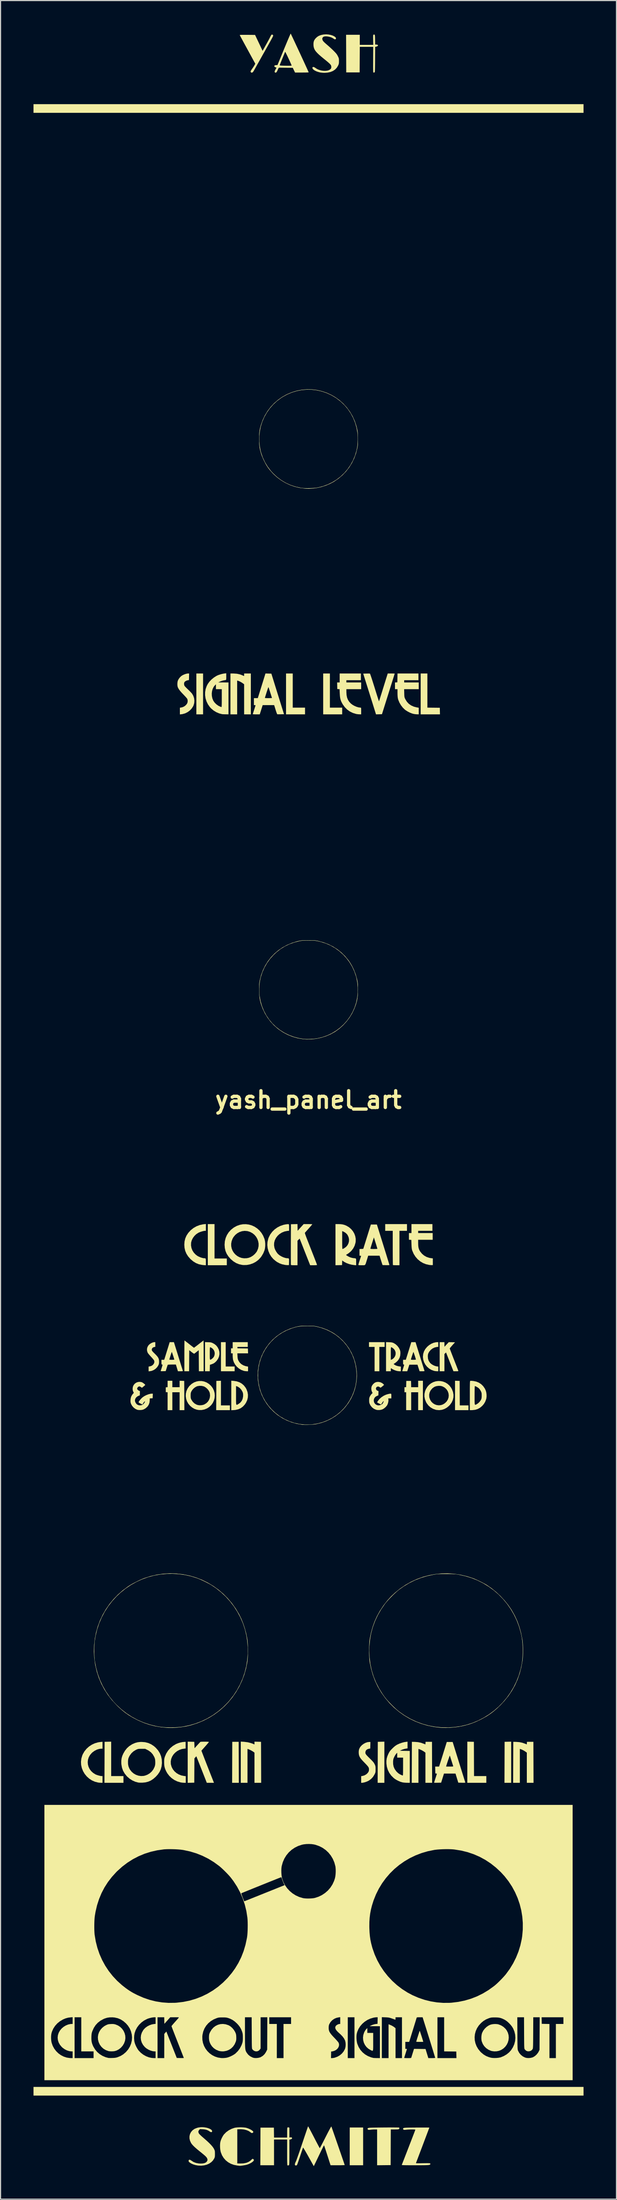
<source format=kicad_pcb>
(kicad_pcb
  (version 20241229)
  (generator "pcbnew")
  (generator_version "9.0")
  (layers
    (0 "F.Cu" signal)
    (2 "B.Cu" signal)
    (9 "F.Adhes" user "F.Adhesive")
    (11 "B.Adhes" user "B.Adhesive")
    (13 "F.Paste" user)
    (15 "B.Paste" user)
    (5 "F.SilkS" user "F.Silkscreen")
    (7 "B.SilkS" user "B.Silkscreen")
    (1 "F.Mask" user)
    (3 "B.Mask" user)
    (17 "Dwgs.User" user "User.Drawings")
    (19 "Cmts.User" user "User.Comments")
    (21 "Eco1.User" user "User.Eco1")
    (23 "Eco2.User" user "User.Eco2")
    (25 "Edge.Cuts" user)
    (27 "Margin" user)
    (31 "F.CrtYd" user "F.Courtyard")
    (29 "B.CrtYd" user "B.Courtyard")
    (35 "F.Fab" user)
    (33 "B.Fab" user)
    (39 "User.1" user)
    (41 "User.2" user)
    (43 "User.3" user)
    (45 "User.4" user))
  (footprint "yash_panel_art"
    (layer "F.Cu")
    (at 25.019 96.905)
    (property "Reference" "yash_panel_art" (at 0 0 0) (layer "F.SilkS") (effects (font (size 1.524 1.524) (thickness 0.3))))
    (attr board_only exclude_from_pos_files exclude_from_bom)
    (fp_poly (pts (xy -9.585 -35.036) (xy -10.196 -35.036) (xy -10.196 -38.748) (xy -9.585 -38.748)) (stroke (width 0) (type solid)) (fill yes) (layer "F.SilkS"))
    (fp_poly (pts (xy 4.983 96.82) (xy 3.763 96.82) (xy 3.763 93.388) (xy 4.983 93.388)) (stroke (width 0) (type solid)) (fill yes) (layer "F.SilkS"))
    (fp_poly (pts (xy 25.044 -89.701) (xy -25.019 -89.701) (xy -25.019 -90.489) (xy 25.044 -90.489)) (stroke (width 0) (type solid)) (fill yes) (layer "F.SilkS"))
    (fp_poly (pts (xy 25.044 90.489) (xy -25.019 90.489) (xy -25.019 89.701) (xy 25.044 89.701)) (stroke (width 0) (type solid)) (fill yes) (layer "F.SilkS"))
    (fp_poly (pts (xy 6.916 62.063) (xy 6.305 62.063) (xy 6.312 60.201) (xy 6.318 58.339) (xy 6.916 58.324)) (stroke (width 0) (type solid)) (fill yes) (layer "F.SilkS"))
    (fp_poly (pts (xy 18.459 62.063) (xy 17.848 62.063) (xy 17.855 60.201) (xy 17.861 58.339) (xy 18.459 58.324)) (stroke (width 0) (type solid)) (fill yes) (layer "F.SilkS"))
    (fp_poly (pts (xy -8.543 14.416) (xy -7.424 14.416) (xy -7.424 15.026) (xy -9.153 15.026) (xy -9.153 11.289) (xy -8.543 11.289)) (stroke (width 0) (type solid)) (fill yes) (layer "F.SilkS"))
    (fp_poly (pts (xy -7.526 24.23) (xy -6.712 24.23) (xy -6.712 24.663) (xy -7.958 24.663) (xy -7.958 22.018) (xy -7.526 22.018)) (stroke (width 0) (type solid)) (fill yes) (layer "F.SilkS"))
    (fp_poly (pts (xy -6.337 60.201) (xy -6.331 62.063) (xy -6.941 62.063) (xy -6.935 60.201) (xy -6.928 58.339) (xy -6.344 58.339)) (stroke (width 0) (type solid)) (fill yes) (layer "F.SilkS"))
    (fp_poly (pts (xy -1.424 -35.646) (xy -0.305 -35.646) (xy -0.305 -35.036) (xy -2.034 -35.036) (xy -2.034 -38.748) (xy -1.424 -38.748)) (stroke (width 0) (type solid)) (fill yes) (layer "F.SilkS"))
    (fp_poly (pts (xy 1.958 -35.646) (xy 3.076 -35.646) (xy 3.076 -35.036) (xy 1.348 -35.036) (xy 1.348 -38.748) (xy 1.958 -38.748)) (stroke (width 0) (type solid)) (fill yes) (layer "F.SilkS"))
    (fp_poly (pts (xy -17.95 61.453) (xy -16.832 61.453) (xy -16.832 62.063) (xy -18.561 62.063) (xy -18.554 60.201) (xy -18.548 58.339) (xy -17.95 58.324)) (stroke (width 0) (type solid)) (fill yes) (layer "F.SilkS"))
    (fp_poly (pts (xy 10.831 -35.647) (xy 11.963 -35.634) (xy 11.97 -35.335) (xy 11.977 -35.036) (xy 10.221 -35.036) (xy 10.221 -38.748) (xy 10.831 -38.748)) (stroke (width 0) (type solid)) (fill yes) (layer "F.SilkS"))
    (fp_poly (pts (xy 15.065 58.339) (xy 15.071 59.896) (xy 15.078 61.453) (xy 16.196 61.453) (xy 16.196 62.063) (xy 14.467 62.063) (xy 14.467 58.324)) (stroke (width 0) (type solid)) (fill yes) (layer "F.SilkS"))
    (fp_poly (pts (xy -7.958 27.765) (xy -7.145 27.765) (xy -7.145 28.197) (xy -8.391 28.197) (xy -8.384 26.868) (xy -8.378 25.54) (xy -8.168 25.532) (xy -7.958 25.525)) (stroke (width 0) (type solid)) (fill yes) (layer "F.SilkS"))
    (fp_poly (pts (xy 6.941 22.451) (xy 6.458 22.451) (xy 6.458 24.663) (xy 6.026 24.663) (xy 6.026 22.451) (xy 5.517 22.451) (xy 5.517 22.018) (xy 6.941 22.018)) (stroke (width 0) (type solid)) (fill yes) (layer "F.SilkS"))
    (fp_poly (pts (xy 13.558 25.532) (xy 13.768 25.54) (xy 13.774 26.652) (xy 13.781 27.765) (xy 14.569 27.765) (xy 14.569 28.197) (xy 13.348 28.197) (xy 13.348 25.525)) (stroke (width 0) (type solid)) (fill yes) (layer "F.SilkS"))
    (fp_poly (pts (xy 10.424 28.197) (xy 9.992 28.197) (xy 9.992 26.57) (xy 9.357 26.57) (xy 9.357 28.197) (xy 8.899 28.197) (xy 8.899 26.57) (xy 8.746 26.57) (xy 8.746 26.112) (xy 8.897 26.112) (xy 8.912 25.54) (xy 9.344 25.54) (xy 9.358 26.112) (xy 9.992 26.112) (xy 9.992 25.527) (xy 10.424 25.527)) (stroke (width 0) (type solid)) (fill yes) (layer "F.SilkS"))
    (fp_poly (pts (xy -11.511 25.532) (xy -11.302 25.54) (xy -11.295 26.868) (xy -11.288 28.197) (xy -11.721 28.197) (xy -11.721 26.57) (xy -12.382 26.57) (xy -12.382 28.197) (xy -12.814 28.197) (xy -12.814 26.573) (xy -12.897 26.565) (xy -12.98 26.557) (xy -12.98 26.125) (xy -12.897 26.117) (xy -12.814 26.109) (xy -12.814 25.527) (xy -12.382 25.527) (xy -12.382 26.112) (xy -11.721 26.112) (xy -11.721 25.525)) (stroke (width 0) (type solid)) (fill yes) (layer "F.SilkS"))
    (fp_poly (pts (xy -5.856 58.337) (xy -5.509 58.381) (xy -5.185 58.466) (xy -5.028 58.527) (xy -4.907 58.578) (xy -4.907 58.324) (xy -4.31 58.339) (xy -4.303 60.201) (xy -4.297 62.063) (xy -4.907 62.063) (xy -4.907 59.322) (xy -5.015 59.242) (xy -5.103 59.184) (xy -5.215 59.121) (xy -5.331 59.063) (xy -5.435 59.017) (xy -5.486 59) (xy -5.543 58.984) (xy -5.543 62.063) (xy -6.153 62.063) (xy -6.153 58.319)) (stroke (width 0) (type solid)) (fill yes) (layer "F.SilkS"))
    (fp_poly (pts (xy 8.975 11.899) (xy 8.289 11.899) (xy 8.289 15.026) (xy 8.001 15.026) (xy 7.884 15.025) (xy 7.787 15.021) (xy 7.72 15.016) (xy 7.695 15.009) (xy 7.692 14.982) (xy 7.69 14.908) (xy 7.687 14.791) (xy 7.685 14.638) (xy 7.683 14.451) (xy 7.681 14.235) (xy 7.68 13.995) (xy 7.679 13.735) (xy 7.678 13.46) (xy 7.678 11.899) (xy 6.992 11.899) (xy 6.992 11.289) (xy 8.975 11.289)) (stroke (width 0) (type solid)) (fill yes) (layer "F.SilkS"))
    (fp_poly (pts (xy 20.487 60.201) (xy 20.493 62.063) (xy 19.883 62.063) (xy 19.883 59.322) (xy 19.758 59.231) (xy 19.642 59.156) (xy 19.506 59.083) (xy 19.372 59.024) (xy 19.304 59) (xy 19.247 58.984) (xy 19.247 62.063) (xy 18.637 62.063) (xy 18.643 60.201) (xy 18.65 58.339) (xy 18.917 58.345) (xy 19.21 58.368) (xy 19.482 58.426) (xy 19.71 58.505) (xy 19.88 58.574) (xy 19.888 58.456) (xy 19.895 58.339) (xy 20.48 58.339)) (stroke (width 0) (type solid)) (fill yes) (layer "F.SilkS"))
    (fp_poly (pts (xy 11.257 60.201) (xy 11.264 62.063) (xy 10.653 62.063) (xy 10.653 59.322) (xy 10.545 59.242) (xy 10.457 59.184) (xy 10.346 59.121) (xy 10.229 59.063) (xy 10.126 59.017) (xy 10.075 59) (xy 10.018 58.984) (xy 10.018 62.063) (xy 9.407 62.063) (xy 9.414 60.201) (xy 9.42 58.339) (xy 9.687 58.345) (xy 9.98 58.368) (xy 10.25 58.425) (xy 10.48 58.506) (xy 10.651 58.576) (xy 10.658 58.457) (xy 10.666 58.339) (xy 11.251 58.339)) (stroke (width 0) (type solid)) (fill yes) (layer "F.SilkS"))
    (fp_poly (pts (xy -6.504 -38.727) (xy -6.214 -38.663) (xy -6.006 -38.583) (xy -5.931 -38.549) (xy -5.877 -38.526) (xy -5.857 -38.52) (xy -5.852 -38.542) (xy -5.848 -38.6) (xy -5.848 -38.634) (xy -5.848 -38.748) (xy -5.238 -38.748) (xy -5.238 -35.036) (xy -5.848 -35.036) (xy -5.849 -36.403) (xy -5.849 -37.769) (xy -5.957 -37.85) (xy -6.074 -37.929) (xy -6.205 -38.003) (xy -6.33 -38.061) (xy -6.401 -38.086) (xy -6.483 -38.109) (xy -6.483 -35.036) (xy -7.094 -35.036) (xy -7.094 -38.748) (xy -6.818 -38.748)) (stroke (width 0) (type solid)) (fill yes) (layer "F.SilkS"))
    (fp_poly (pts (xy 5.365 84.794) (xy 5.899 84.794) (xy 5.899 85.607) (xy 5.899 85.84) (xy 5.899 86.027) (xy 5.897 86.171) (xy 5.892 86.278) (xy 5.882 86.352) (xy 5.866 86.397) (xy 5.843 86.417) (xy 5.811 86.417) (xy 5.768 86.402) (xy 5.713 86.376) (xy 5.657 86.348) (xy 5.452 86.224) (xy 5.281 86.067) (xy 5.145 85.881) (xy 5.046 85.674) (xy 4.988 85.452) (xy 4.971 85.221) (xy 4.998 84.988) (xy 5.072 84.758) (xy 5.097 84.705) (xy 5.152 84.604) (xy 5.216 84.509) (xy 5.273 84.44) (xy 5.274 84.439) (xy 5.365 84.352)) (stroke (width 0) (type solid)) (fill yes) (layer "F.SilkS"))
    (fp_poly (pts (xy 10.141 84.615) (xy 10.163 84.675) (xy 10.195 84.766) (xy 10.233 84.88) (xy 10.274 85.006) (xy 10.317 85.138) (xy 10.357 85.265) (xy 10.393 85.38) (xy 10.421 85.473) (xy 10.438 85.536) (xy 10.438 85.537) (xy 10.455 85.607) (xy 10.135 85.607) (xy 10.014 85.606) (xy 9.914 85.603) (xy 9.844 85.598) (xy 9.815 85.593) (xy 9.814 85.592) (xy 9.822 85.563) (xy 9.842 85.495) (xy 9.872 85.397) (xy 9.909 85.277) (xy 9.951 85.146) (xy 9.994 85.011) (xy 10.035 84.881) (xy 10.073 84.766) (xy 10.103 84.674) (xy 10.124 84.614) (xy 10.131 84.595)) (stroke (width 0) (type solid)) (fill yes) (layer "F.SilkS"))
    (fp_poly (pts (xy 17.234 84.001) (xy 17.304 84.018) (xy 17.544 84.112) (xy 17.758 84.246) (xy 17.939 84.415) (xy 18.051 84.563) (xy 18.159 84.775) (xy 18.221 84.997) (xy 18.239 85.224) (xy 18.215 85.448) (xy 18.152 85.665) (xy 18.052 85.868) (xy 17.917 86.052) (xy 17.749 86.211) (xy 17.551 86.338) (xy 17.346 86.421) (xy 17.141 86.463) (xy 16.922 86.471) (xy 16.71 86.444) (xy 16.602 86.414) (xy 16.374 86.311) (xy 16.173 86.17) (xy 16.005 85.997) (xy 15.873 85.796) (xy 15.784 85.573) (xy 15.762 85.487) (xy 15.744 85.328) (xy 15.745 85.148) (xy 15.765 84.97) (xy 15.803 84.815) (xy 15.813 84.788) (xy 15.915 84.586) (xy 16.059 84.399) (xy 16.233 84.237) (xy 16.428 84.109) (xy 16.546 84.054) (xy 16.701 84.011) (xy 16.88 83.987) (xy 17.065 83.984)) (stroke (width 0) (type solid)) (fill yes) (layer "F.SilkS"))
    (fp_poly (pts (xy -5.517 22.451) (xy -6.458 22.451) (xy -6.458 22.577) (xy -5.981 22.584) (xy -5.505 22.59) (xy -5.497 22.813) (xy -5.49 23.035) (xy -6.465 23.035) (xy -6.453 23.285) (xy -6.443 23.423) (xy -6.427 23.528) (xy -6.4 23.618) (xy -6.375 23.678) (xy -6.267 23.854) (xy -6.12 24.001) (xy -5.939 24.115) (xy -5.729 24.192) (xy -5.646 24.211) (xy -5.492 24.239) (xy -5.492 24.663) (xy -5.625 24.661) (xy -5.733 24.653) (xy -5.85 24.633) (xy -5.896 24.622) (xy -6.122 24.536) (xy -6.331 24.408) (xy -6.516 24.245) (xy -6.67 24.053) (xy -6.786 23.84) (xy -6.851 23.645) (xy -6.87 23.538) (xy -6.883 23.405) (xy -6.89 23.275) (xy -6.89 23.258) (xy -6.89 23.035) (xy -7.043 23.035) (xy -7.043 22.578) (xy -6.89 22.578) (xy -6.89 22.018) (xy -5.517 22.018)) (stroke (width 0) (type solid)) (fill yes) (layer "F.SilkS"))
    (fp_poly (pts (xy -17.74 83.986) (xy -17.648 84.001) (xy -17.549 84.027) (xy -17.325 84.12) (xy -17.127 84.251) (xy -16.959 84.415) (xy -16.824 84.604) (xy -16.727 84.814) (xy -16.669 85.038) (xy -16.656 85.27) (xy -16.689 85.505) (xy -16.693 85.517) (xy -16.776 85.744) (xy -16.899 85.95) (xy -17.057 86.131) (xy -17.242 86.28) (xy -17.449 86.39) (xy -17.62 86.444) (xy -17.725 86.46) (xy -17.855 86.467) (xy -17.993 86.467) (xy -18.118 86.458) (xy -18.205 86.443) (xy -18.446 86.353) (xy -18.66 86.223) (xy -18.84 86.057) (xy -18.985 85.859) (xy -19.09 85.633) (xy -19.149 85.404) (xy -19.162 85.171) (xy -19.129 84.941) (xy -19.051 84.722) (xy -18.932 84.519) (xy -18.776 84.338) (xy -18.587 84.185) (xy -18.444 84.103) (xy -18.339 84.053) (xy -18.257 84.021) (xy -18.177 84.002) (xy -18.081 83.992) (xy -17.979 83.986) (xy -17.844 83.982)) (stroke (width 0) (type solid)) (fill yes) (layer "F.SilkS"))
    (fp_poly (pts (xy 13.062 22.024) (xy 13.345 22.031) (xy 13.106 22.298) (xy 13.02 22.396) (xy 12.947 22.482) (xy 12.894 22.547) (xy 12.868 22.586) (xy 12.866 22.591) (xy 12.875 22.62) (xy 12.9 22.69) (xy 12.941 22.798) (xy 12.994 22.938) (xy 13.058 23.105) (xy 13.131 23.293) (xy 13.211 23.499) (xy 13.249 23.595) (xy 13.332 23.807) (xy 13.41 24.006) (xy 13.48 24.185) (xy 13.54 24.341) (xy 13.589 24.467) (xy 13.624 24.558) (xy 13.643 24.61) (xy 13.646 24.618) (xy 13.648 24.639) (xy 13.631 24.653) (xy 13.587 24.66) (xy 13.507 24.662) (xy 13.432 24.663) (xy 13.204 24.663) (xy 12.866 23.809) (xy 12.529 22.955) (xy 12.456 23.026) (xy 12.382 23.096) (xy 12.382 24.663) (xy 11.95 24.663) (xy 11.95 22.018) (xy 12.382 22.018) (xy 12.383 22.228) (xy 12.385 22.438) (xy 12.581 22.227) (xy 12.778 22.017)) (stroke (width 0) (type solid)) (fill yes) (layer "F.SilkS"))
    (fp_poly (pts (xy 11.289 11.899) (xy 9.992 11.899) (xy 9.992 12.103) (xy 11.314 12.103) (xy 11.314 12.713) (xy 9.992 12.713) (xy 9.992 13.028) (xy 9.998 13.233) (xy 10.018 13.4) (xy 10.055 13.542) (xy 10.111 13.673) (xy 10.178 13.783) (xy 10.343 13.987) (xy 10.54 14.153) (xy 10.765 14.278) (xy 11.015 14.359) (xy 11.187 14.388) (xy 11.327 14.404) (xy 11.327 15.014) (xy 11.238 15.017) (xy 11.16 15.016) (xy 11.061 15.008) (xy 11.009 15.002) (xy 10.711 14.937) (xy 10.432 14.827) (xy 10.176 14.674) (xy 9.947 14.483) (xy 9.748 14.255) (xy 9.583 13.995) (xy 9.457 13.705) (xy 9.456 13.702) (xy 9.432 13.626) (xy 9.415 13.544) (xy 9.402 13.445) (xy 9.392 13.319) (xy 9.385 13.154) (xy 9.384 13.132) (xy 9.369 12.725) (xy 9.261 12.718) (xy 9.153 12.71) (xy 9.153 12.103) (xy 9.382 12.103) (xy 9.382 11.289) (xy 11.289 11.289)) (stroke (width 0) (type solid)) (fill yes) (layer "F.SilkS"))
    (fp_poly (pts (xy 10.018 -38.138) (xy 8.721 -38.138) (xy 8.721 -37.935) (xy 10.043 -37.935) (xy 10.043 -37.325) (xy 8.716 -37.325) (xy 8.725 -36.961) (xy 8.729 -36.818) (xy 8.734 -36.713) (xy 8.742 -36.636) (xy 8.756 -36.573) (xy 8.777 -36.513) (xy 8.809 -36.444) (xy 8.832 -36.398) (xy 8.967 -36.181) (xy 9.138 -35.998) (xy 9.344 -35.851) (xy 9.581 -35.742) (xy 9.823 -35.677) (xy 10.043 -35.636) (xy 10.043 -35.036) (xy 9.897 -35.039) (xy 9.792 -35.045) (xy 9.667 -35.06) (xy 9.573 -35.076) (xy 9.417 -35.12) (xy 9.241 -35.191) (xy 9.061 -35.282) (xy 8.893 -35.384) (xy 8.781 -35.466) (xy 8.595 -35.645) (xy 8.428 -35.86) (xy 8.289 -36.097) (xy 8.186 -36.342) (xy 8.151 -36.462) (xy 8.127 -36.608) (xy 8.114 -36.801) (xy 8.111 -36.977) (xy 8.111 -37.325) (xy 7.882 -37.325) (xy 7.882 -37.932) (xy 8.098 -37.947) (xy 8.105 -38.348) (xy 8.112 -38.748) (xy 10.018 -38.748)) (stroke (width 0) (type solid)) (fill yes) (layer "F.SilkS"))
    (fp_poly (pts (xy 11.823 22.444) (xy 11.683 22.458) (xy 11.492 22.502) (xy 11.309 22.59) (xy 11.145 22.714) (xy 11.011 22.867) (xy 10.945 22.978) (xy 10.905 23.066) (xy 10.883 23.147) (xy 10.873 23.24) (xy 10.871 23.328) (xy 10.889 23.53) (xy 10.951 23.71) (xy 11.059 23.876) (xy 11.098 23.922) (xy 11.201 24.011) (xy 11.336 24.096) (xy 11.486 24.165) (xy 11.631 24.21) (xy 11.683 24.219) (xy 11.823 24.236) (xy 11.823 24.663) (xy 11.689 24.661) (xy 11.582 24.653) (xy 11.465 24.633) (xy 11.419 24.622) (xy 11.187 24.535) (xy 10.977 24.407) (xy 10.794 24.244) (xy 10.643 24.052) (xy 10.528 23.838) (xy 10.454 23.607) (xy 10.425 23.365) (xy 10.425 23.342) (xy 10.449 23.094) (xy 10.52 22.864) (xy 10.638 22.648) (xy 10.806 22.446) (xy 10.817 22.436) (xy 10.996 22.283) (xy 11.195 22.16) (xy 11.403 22.073) (xy 11.609 22.026) (xy 11.715 22.019) (xy 11.823 22.018)) (stroke (width 0) (type solid)) (fill yes) (layer "F.SilkS"))
    (fp_poly (pts (xy -7.533 84.009) (xy -7.292 84.087) (xy -7.209 84.126) (xy -7.065 84.22) (xy -6.921 84.351) (xy -6.792 84.505) (xy -6.688 84.67) (xy -6.668 84.709) (xy -6.623 84.807) (xy -6.595 84.887) (xy -6.578 84.967) (xy -6.568 85.064) (xy -6.564 85.167) (xy -6.561 85.301) (xy -6.566 85.402) (xy -6.58 85.489) (xy -6.605 85.579) (xy -6.609 85.591) (xy -6.712 85.826) (xy -6.852 86.03) (xy -7.024 86.199) (xy -7.225 86.33) (xy -7.448 86.42) (xy -7.691 86.466) (xy -7.815 86.471) (xy -7.967 86.462) (xy -8.106 86.439) (xy -8.162 86.424) (xy -8.398 86.323) (xy -8.604 86.186) (xy -8.775 86.015) (xy -8.906 85.818) (xy -8.984 85.641) (xy -9.031 85.467) (xy -9.049 85.278) (xy -9.047 85.13) (xy -9.039 85.008) (xy -9.024 84.916) (xy -8.997 84.831) (xy -8.954 84.734) (xy -8.943 84.712) (xy -8.807 84.489) (xy -8.641 84.304) (xy -8.45 84.159) (xy -8.238 84.055) (xy -8.012 83.994) (xy -7.775 83.978)) (stroke (width 0) (type solid)) (fill yes) (layer "F.SilkS"))
    (fp_poly (pts (xy 4.78 -38.138) (xy 3.458 -38.138) (xy 3.458 -37.935) (xy 4.805 -37.935) (xy 4.805 -37.325) (xy 3.458 -37.325) (xy 3.459 -37.051) (xy 3.476 -36.786) (xy 3.523 -36.555) (xy 3.604 -36.354) (xy 3.721 -36.174) (xy 3.871 -36.016) (xy 4.023 -35.9) (xy 4.202 -35.799) (xy 4.393 -35.719) (xy 4.581 -35.666) (xy 4.748 -35.647) (xy 4.772 -35.645) (xy 4.788 -35.633) (xy 4.798 -35.604) (xy 4.803 -35.548) (xy 4.805 -35.457) (xy 4.805 -35.341) (xy 4.805 -35.036) (xy 4.646 -35.038) (xy 4.527 -35.046) (xy 4.399 -35.062) (xy 4.335 -35.074) (xy 4.039 -35.166) (xy 3.767 -35.301) (xy 3.523 -35.478) (xy 3.307 -35.696) (xy 3.123 -35.952) (xy 3.031 -36.118) (xy 2.97 -36.252) (xy 2.925 -36.385) (xy 2.893 -36.528) (xy 2.871 -36.695) (xy 2.858 -36.898) (xy 2.855 -36.948) (xy 2.84 -37.322) (xy 2.632 -37.337) (xy 2.624 -37.636) (xy 2.617 -37.935) (xy 2.848 -37.935) (xy 2.848 -38.748) (xy 4.78 -38.748)) (stroke (width 0) (type solid)) (fill yes) (layer "F.SilkS"))
    (fp_poly (pts (xy 7.792 93.385) (xy 7.963 93.386) (xy 8.099 93.388) (xy 8.196 93.391) (xy 8.249 93.395) (xy 8.257 93.397) (xy 8.287 93.443) (xy 8.27 93.499) (xy 8.249 93.526) (xy 8.223 93.542) (xy 8.18 93.554) (xy 8.11 93.561) (xy 8.006 93.564) (xy 7.86 93.566) (xy 7.855 93.566) (xy 7.501 93.566) (xy 7.494 95.186) (xy 7.488 96.807) (xy 6.871 96.814) (xy 6.255 96.821) (xy 6.255 93.566) (xy 6.032 93.566) (xy 5.905 93.569) (xy 5.774 93.578) (xy 5.664 93.59) (xy 5.65 93.592) (xy 5.523 93.603) (xy 5.439 93.59) (xy 5.396 93.55) (xy 5.39 93.517) (xy 5.391 93.492) (xy 5.396 93.472) (xy 5.409 93.454) (xy 5.433 93.44) (xy 5.473 93.428) (xy 5.533 93.418) (xy 5.617 93.411) (xy 5.727 93.405) (xy 5.869 93.4) (xy 6.046 93.397) (xy 6.262 93.394) (xy 6.521 93.391) (xy 6.826 93.388) (xy 6.85 93.388) (xy 7.114 93.386) (xy 7.363 93.384) (xy 7.59 93.384)) (stroke (width 0) (type solid)) (fill yes) (layer "F.SilkS"))
    (fp_poly (pts (xy -18.739 58.962) (xy -18.848 58.962) (xy -19.047 58.984) (xy -19.254 59.05) (xy -19.457 59.153) (xy -19.646 59.289) (xy -19.723 59.359) (xy -19.88 59.545) (xy -19.992 59.747) (xy -20.06 59.96) (xy -20.085 60.178) (xy -20.068 60.397) (xy -20.01 60.609) (xy -19.912 60.811) (xy -19.775 60.996) (xy -19.599 61.159) (xy -19.387 61.294) (xy -19.378 61.299) (xy -19.289 61.336) (xy -19.174 61.375) (xy -19.048 61.41) (xy -18.93 61.438) (xy -18.836 61.452) (xy -18.811 61.453) (xy -18.739 61.453) (xy -18.739 62.063) (xy -18.885 62.06) (xy -18.993 62.055) (xy -19.105 62.044) (xy -19.152 62.037) (xy -19.434 61.964) (xy -19.702 61.846) (xy -19.949 61.685) (xy -20.17 61.487) (xy -20.361 61.255) (xy -20.507 61.008) (xy -20.62 60.728) (xy -20.684 60.439) (xy -20.698 60.148) (xy -20.664 59.858) (xy -20.58 59.574) (xy -20.529 59.456) (xy -20.381 59.2) (xy -20.192 58.969) (xy -19.97 58.769) (xy -19.72 58.603) (xy -19.447 58.475) (xy -19.159 58.389) (xy -18.948 58.356) (xy -18.739 58.336)) (stroke (width 0) (type solid)) (fill yes) (layer "F.SilkS"))
    (fp_poly (pts (xy -6.795 25.537) (xy -6.52 25.581) (xy -6.272 25.666) (xy -6.053 25.792) (xy -5.866 25.956) (xy -5.711 26.158) (xy -5.633 26.3) (xy -5.542 26.547) (xy -5.5 26.796) (xy -5.509 27.042) (xy -5.568 27.285) (xy -5.676 27.52) (xy -5.784 27.683) (xy -5.957 27.871) (xy -6.156 28.017) (xy -6.381 28.119) (xy -6.632 28.178) (xy -6.77 28.191) (xy -7.017 28.204) (xy -7.017 27.1) (xy -6.585 27.1) (xy -6.585 27.293) (xy -6.583 27.444) (xy -6.579 27.557) (xy -6.57 27.636) (xy -6.556 27.685) (xy -6.536 27.709) (xy -6.508 27.713) (xy -6.472 27.699) (xy -6.425 27.673) (xy -6.367 27.639) (xy -6.366 27.638) (xy -6.2 27.516) (xy -6.074 27.362) (xy -5.988 27.18) (xy -5.945 26.97) (xy -5.94 26.862) (xy -5.942 26.744) (xy -5.955 26.654) (xy -5.981 26.569) (xy -6.009 26.506) (xy -6.113 26.332) (xy -6.247 26.186) (xy -6.403 26.077) (xy -6.528 26.024) (xy -6.585 26.007) (xy -6.585 26.86) (xy -6.585 27.1) (xy -7.017 27.1) (xy -7.017 25.52)) (stroke (width 0) (type solid)) (fill yes) (layer "F.SilkS"))
    (fp_poly (pts (xy -11.174 58.949) (xy -11.263 58.955) (xy -11.512 58.994) (xy -11.743 59.073) (xy -11.951 59.187) (xy -12.134 59.331) (xy -12.287 59.501) (xy -12.406 59.692) (xy -12.488 59.9) (xy -12.527 60.119) (xy -12.52 60.346) (xy -12.512 60.398) (xy -12.445 60.627) (xy -12.334 60.836) (xy -12.185 61.022) (xy -12.002 61.181) (xy -11.79 61.307) (xy -11.555 61.396) (xy -11.321 61.442) (xy -11.162 61.46) (xy -11.162 62.063) (xy -11.321 62.061) (xy -11.437 62.054) (xy -11.568 62.038) (xy -11.645 62.024) (xy -11.929 61.939) (xy -12.197 61.81) (xy -12.441 61.642) (xy -12.656 61.439) (xy -12.835 61.207) (xy -12.921 61.059) (xy -13.009 60.876) (xy -13.069 60.712) (xy -13.106 60.552) (xy -13.125 60.375) (xy -13.129 60.195) (xy -13.127 60.051) (xy -13.121 59.942) (xy -13.107 59.851) (xy -13.085 59.76) (xy -13.061 59.686) (xy -12.941 59.405) (xy -12.778 59.146) (xy -12.576 58.915) (xy -12.34 58.716) (xy -12.072 58.554) (xy -12.018 58.528) (xy -11.847 58.46) (xy -11.657 58.403) (xy -11.468 58.364) (xy -11.325 58.348) (xy -11.174 58.341)) (stroke (width 0) (type solid)) (fill yes) (layer "F.SilkS"))
    (fp_poly (pts (xy -1.792 93.383) (xy -1.729 93.412) (xy -1.729 94.298) (xy -1.633 94.285) (xy -1.555 94.284) (xy -1.507 94.308) (xy -1.501 94.315) (xy -1.48 94.368) (xy -1.507 94.416) (xy -1.578 94.454) (xy -1.623 94.467) (xy -1.729 94.491) (xy -1.729 95.628) (xy -1.729 95.902) (xy -1.73 96.129) (xy -1.731 96.314) (xy -1.733 96.461) (xy -1.736 96.576) (xy -1.739 96.661) (xy -1.745 96.723) (xy -1.751 96.764) (xy -1.759 96.79) (xy -1.768 96.805) (xy -1.769 96.805) (xy -1.829 96.842) (xy -1.891 96.83) (xy -1.902 96.824) (xy -1.91 96.809) (xy -1.917 96.775) (xy -1.922 96.718) (xy -1.926 96.632) (xy -1.93 96.515) (xy -1.932 96.364) (xy -1.933 96.172) (xy -1.933 95.938) (xy -1.933 95.658) (xy -1.933 95.642) (xy -1.931 94.481) (xy -3.127 94.481) (xy -3.127 96.82) (xy -4.374 96.82) (xy -4.367 95.11) (xy -4.36 93.4) (xy -3.14 93.4) (xy -3.126 94.303) (xy -1.932 94.303) (xy -1.932 93.861) (xy -1.932 93.696) (xy -1.929 93.574) (xy -1.924 93.489) (xy -1.917 93.434) (xy -1.905 93.401) (xy -1.893 93.387) (xy -1.849 93.368)) (stroke (width 0) (type solid)) (fill yes) (layer "F.SilkS"))
    (fp_poly (pts (xy -9.134 22.023) (xy -9.002 22.028) (xy -8.904 22.038) (xy -8.827 22.055) (xy -8.754 22.082) (xy -8.712 22.101) (xy -8.528 22.205) (xy -8.381 22.329) (xy -8.262 22.481) (xy -8.158 22.685) (xy -8.102 22.898) (xy -8.094 23.114) (xy -8.134 23.326) (xy -8.22 23.528) (xy -8.352 23.716) (xy -8.38 23.747) (xy -8.501 23.863) (xy -8.619 23.946) (xy -8.755 24.006) (xy -8.818 24.028) (xy -8.962 24.072) (xy -8.97 24.367) (xy -8.977 24.663) (xy -9.407 24.663) (xy -9.407 23.048) (xy -8.975 23.048) (xy -8.975 23.241) (xy -8.974 23.389) (xy -8.97 23.495) (xy -8.961 23.565) (xy -8.946 23.604) (xy -8.923 23.616) (xy -8.892 23.607) (xy -8.849 23.582) (xy -8.807 23.554) (xy -8.686 23.455) (xy -8.602 23.343) (xy -8.553 23.229) (xy -8.524 23.067) (xy -8.54 22.906) (xy -8.599 22.756) (xy -8.697 22.626) (xy -8.792 22.55) (xy -8.863 22.509) (xy -8.92 22.482) (xy -8.942 22.476) (xy -8.953 22.486) (xy -8.962 22.519) (xy -8.968 22.581) (xy -8.972 22.676) (xy -8.974 22.81) (xy -8.975 22.989) (xy -8.975 23.048) (xy -9.407 23.048) (xy -9.407 22.014)) (stroke (width 0) (type solid)) (fill yes) (layer "F.SilkS"))
    (fp_poly (pts (xy -13.933 22.444) (xy -14.033 22.46) (xy -14.135 22.497) (xy -14.211 22.565) (xy -14.252 22.654) (xy -14.254 22.729) (xy -14.241 22.774) (xy -14.212 22.824) (xy -14.161 22.887) (xy -14.082 22.969) (xy -13.988 23.061) (xy -13.848 23.201) (xy -13.743 23.321) (xy -13.67 23.428) (xy -13.624 23.532) (xy -13.599 23.643) (xy -13.591 23.768) (xy -13.591 23.785) (xy -13.594 23.903) (xy -13.607 23.991) (xy -13.633 24.072) (xy -13.661 24.132) (xy -13.767 24.296) (xy -13.91 24.439) (xy -14.079 24.552) (xy -14.264 24.628) (xy -14.403 24.655) (xy -14.543 24.67) (xy -14.543 24.237) (xy -14.439 24.22) (xy -14.299 24.182) (xy -14.184 24.11) (xy -14.116 24.042) (xy -14.043 23.928) (xy -14.016 23.809) (xy -14.036 23.694) (xy -14.037 23.691) (xy -14.067 23.643) (xy -14.125 23.568) (xy -14.203 23.476) (xy -14.295 23.374) (xy -14.327 23.341) (xy -14.423 23.236) (xy -14.51 23.136) (xy -14.58 23.048) (xy -14.624 22.984) (xy -14.631 22.971) (xy -14.685 22.802) (xy -14.69 22.63) (xy -14.648 22.464) (xy -14.56 22.312) (xy -14.535 22.282) (xy -14.435 22.19) (xy -14.313 22.111) (xy -14.184 22.052) (xy -14.066 22.021) (xy -14.028 22.018) (xy -13.933 22.018)) (stroke (width 0) (type solid)) (fill yes) (layer "F.SilkS"))
    (fp_poly (pts (xy -9.543 21.891) (xy -9.541 21.961) (xy -9.54 22.074) (xy -9.538 22.224) (xy -9.537 22.406) (xy -9.536 22.616) (xy -9.535 22.849) (xy -9.535 23.101) (xy -9.535 23.264) (xy -9.535 24.663) (xy -9.966 24.663) (xy -9.979 22.748) (xy -10.17 22.899) (xy -10.256 22.967) (xy -10.328 23.023) (xy -10.377 23.059) (xy -10.389 23.068) (xy -10.42 23.06) (xy -10.48 23.026) (xy -10.56 22.971) (xy -10.631 22.917) (xy -10.844 22.749) (xy -10.851 23.706) (xy -10.857 24.663) (xy -11.289 24.663) (xy -11.289 23.264) (xy -11.289 23.003) (xy -11.288 22.757) (xy -11.287 22.532) (xy -11.286 22.333) (xy -11.284 22.162) (xy -11.282 22.026) (xy -11.28 21.929) (xy -11.278 21.875) (xy -11.276 21.866) (xy -11.254 21.881) (xy -11.197 21.923) (xy -11.113 21.987) (xy -11.007 22.069) (xy -10.885 22.164) (xy -10.844 22.196) (xy -10.718 22.295) (xy -10.607 22.381) (xy -10.515 22.452) (xy -10.449 22.501) (xy -10.415 22.525) (xy -10.412 22.527) (xy -10.389 22.512) (xy -10.332 22.47) (xy -10.248 22.406) (xy -10.141 22.324) (xy -10.019 22.229) (xy -9.978 22.196) (xy -9.852 22.098) (xy -9.74 22.012) (xy -9.648 21.941) (xy -9.582 21.892) (xy -9.548 21.867) (xy -9.545 21.866)) (stroke (width 0) (type solid)) (fill yes) (layer "F.SilkS"))
    (fp_poly (pts (xy -9.331 11.899) (xy -9.403 11.899) (xy -9.498 11.909) (xy -9.621 11.937) (xy -9.758 11.976) (xy -9.892 12.023) (xy -10.005 12.073) (xy -10.022 12.082) (xy -10.208 12.205) (xy -10.372 12.364) (xy -10.509 12.547) (xy -10.61 12.746) (xy -10.669 12.95) (xy -10.674 12.985) (xy -10.682 13.227) (xy -10.641 13.462) (xy -10.555 13.683) (xy -10.426 13.885) (xy -10.257 14.063) (xy -10.102 14.178) (xy -9.996 14.237) (xy -9.868 14.293) (xy -9.734 14.341) (xy -9.61 14.375) (xy -9.512 14.39) (xy -9.5 14.391) (xy -9.432 14.392) (xy -9.385 14.401) (xy -9.355 14.427) (xy -9.339 14.477) (xy -9.333 14.559) (xy -9.331 14.682) (xy -9.331 14.724) (xy -9.331 15.026) (xy -9.426 15.023) (xy -9.505 15.018) (xy -9.607 15.008) (xy -9.683 14.999) (xy -9.968 14.938) (xy -10.236 14.83) (xy -10.488 14.675) (xy -10.727 14.472) (xy -10.743 14.455) (xy -10.948 14.222) (xy -11.103 13.977) (xy -11.212 13.718) (xy -11.274 13.44) (xy -11.293 13.161) (xy -11.272 12.865) (xy -11.206 12.59) (xy -11.095 12.334) (xy -10.937 12.094) (xy -10.73 11.865) (xy -10.704 11.84) (xy -10.461 11.646) (xy -10.189 11.49) (xy -9.896 11.377) (xy -9.589 11.309) (xy -9.509 11.3) (xy -9.331 11.282)) (stroke (width 0) (type solid)) (fill yes) (layer "F.SilkS"))
    (fp_poly (pts (xy 6.019 -96.804) (xy 6.036 -96.789) (xy 6.048 -96.761) (xy 6.057 -96.713) (xy 6.063 -96.638) (xy 6.067 -96.529) (xy 6.07 -96.378) (xy 6.071 -96.341) (xy 6.078 -95.905) (xy 6.192 -95.905) (xy 6.28 -95.891) (xy 6.327 -95.858) (xy 6.333 -95.814) (xy 6.3 -95.768) (xy 6.227 -95.731) (xy 6.182 -95.719) (xy 6.077 -95.698) (xy 6.071 -94.552) (xy 6.069 -94.281) (xy 6.067 -94.056) (xy 6.065 -93.873) (xy 6.063 -93.728) (xy 6.06 -93.615) (xy 6.057 -93.53) (xy 6.052 -93.47) (xy 6.045 -93.428) (xy 6.038 -93.402) (xy 6.028 -93.386) (xy 6.017 -93.375) (xy 6.013 -93.373) (xy 5.953 -93.353) (xy 5.925 -93.361) (xy 5.916 -93.373) (xy 5.909 -93.398) (xy 5.904 -93.441) (xy 5.899 -93.507) (xy 5.896 -93.599) (xy 5.894 -93.721) (xy 5.893 -93.878) (xy 5.894 -94.075) (xy 5.895 -94.314) (xy 5.896 -94.543) (xy 5.903 -95.701) (xy 4.679 -95.701) (xy 4.672 -94.538) (xy 4.666 -93.375) (xy 3.445 -93.375) (xy 3.432 -96.795) (xy 4.678 -96.795) (xy 4.678 -95.879) (xy 5.906 -95.879) (xy 5.896 -96.328) (xy 5.893 -96.49) (xy 5.892 -96.609) (xy 5.894 -96.692) (xy 5.899 -96.746) (xy 5.908 -96.779) (xy 5.922 -96.798) (xy 5.93 -96.804) (xy 5.985 -96.819)) (stroke (width 0) (type solid)) (fill yes) (layer "F.SilkS"))
    (fp_poly (pts (xy -10.386 58.339) (xy -10.374 58.629) (xy -10.361 58.92) (xy -10.108 58.642) (xy -10.017 58.543) (xy -9.937 58.456) (xy -9.874 58.39) (xy -9.836 58.352) (xy -9.828 58.345) (xy -9.793 58.337) (xy -9.72 58.332) (xy -9.621 58.328) (xy -9.505 58.326) (xy -9.384 58.327) (xy -9.267 58.329) (xy -9.166 58.333) (xy -9.092 58.34) (xy -9.054 58.347) (xy -9.051 58.35) (xy -9.068 58.376) (xy -9.113 58.433) (xy -9.182 58.516) (xy -9.27 58.618) (xy -9.371 58.734) (xy -9.394 58.759) (xy -9.736 59.143) (xy -9.676 59.3) (xy -9.59 59.525) (xy -9.507 59.739) (xy -9.425 59.953) (xy -9.338 60.174) (xy -9.245 60.413) (xy -9.14 60.679) (xy -9.021 60.981) (xy -8.996 61.043) (xy -8.916 61.247) (xy -8.841 61.438) (xy -8.773 61.61) (xy -8.714 61.758) (xy -8.668 61.876) (xy -8.635 61.959) (xy -8.619 62.001) (xy -8.618 62.003) (xy -8.595 62.063) (xy -9.247 62.063) (xy -9.328 61.854) (xy -9.356 61.784) (xy -9.399 61.674) (xy -9.456 61.529) (xy -9.525 61.355) (xy -9.602 61.16) (xy -9.685 60.949) (xy -9.772 60.729) (xy -9.804 60.648) (xy -10.199 59.651) (xy -10.373 59.844) (xy -10.38 60.948) (xy -10.386 62.051) (xy -10.685 62.058) (xy -10.984 62.065) (xy -10.984 58.324)) (stroke (width 0) (type solid)) (fill yes) (layer "F.SilkS"))
    (fp_poly (pts (xy -1.801 11.296) (xy -1.795 11.297) (xy -1.777 11.312) (xy -1.765 11.345) (xy -1.758 11.406) (xy -1.755 11.502) (xy -1.754 11.603) (xy -1.754 11.893) (xy -1.914 11.91) (xy -2.176 11.963) (xy -2.42 12.062) (xy -2.641 12.204) (xy -2.802 12.354) (xy -2.953 12.551) (xy -3.058 12.764) (xy -3.116 12.988) (xy -3.125 13.219) (xy -3.086 13.451) (xy -3.077 13.481) (xy -3.014 13.636) (xy -2.925 13.796) (xy -2.822 13.941) (xy -2.743 14.027) (xy -2.61 14.133) (xy -2.45 14.228) (xy -2.279 14.307) (xy -2.111 14.363) (xy -1.959 14.39) (xy -1.923 14.391) (xy -1.853 14.393) (xy -1.806 14.404) (xy -1.777 14.433) (xy -1.762 14.486) (xy -1.757 14.573) (xy -1.759 14.701) (xy -1.76 14.723) (xy -1.767 15.014) (xy -1.869 15.018) (xy -1.953 15.016) (xy -2.057 15.007) (xy -2.122 14.999) (xy -2.38 14.945) (xy -2.613 14.861) (xy -2.838 14.741) (xy -2.964 14.656) (xy -3.188 14.468) (xy -3.376 14.25) (xy -3.527 14.006) (xy -3.638 13.744) (xy -3.709 13.469) (xy -3.736 13.188) (xy -3.72 12.905) (xy -3.656 12.628) (xy -3.607 12.492) (xy -3.47 12.227) (xy -3.292 11.988) (xy -3.078 11.777) (xy -2.833 11.599) (xy -2.562 11.458) (xy -2.271 11.357) (xy -2.038 11.31) (xy -1.937 11.299) (xy -1.853 11.293)) (stroke (width 0) (type solid)) (fill yes) (layer "F.SilkS"))
    (fp_poly (pts (xy -10.869 -38.152) (xy -10.979 -38.133) (xy -11.1 -38.098) (xy -11.205 -38.04) (xy -11.279 -37.968) (xy -11.284 -37.959) (xy -11.313 -37.873) (xy -11.315 -37.767) (xy -11.292 -37.664) (xy -11.28 -37.637) (xy -11.248 -37.593) (xy -11.185 -37.523) (xy -11.1 -37.435) (xy -11.001 -37.339) (xy -10.958 -37.298) (xy -10.85 -37.195) (xy -10.748 -37.092) (xy -10.661 -37) (xy -10.599 -36.929) (xy -10.586 -36.912) (xy -10.474 -36.72) (xy -10.404 -36.507) (xy -10.377 -36.285) (xy -10.392 -36.063) (xy -10.452 -35.851) (xy -10.487 -35.774) (xy -10.618 -35.57) (xy -10.787 -35.391) (xy -10.987 -35.243) (xy -11.209 -35.131) (xy -11.445 -35.062) (xy -11.539 -35.047) (xy -11.696 -35.03) (xy -11.696 -35.64) (xy -11.581 -35.655) (xy -11.416 -35.7) (xy -11.261 -35.784) (xy -11.129 -35.898) (xy -11.033 -36.032) (xy -11.032 -36.033) (xy -10.994 -36.151) (xy -10.986 -36.283) (xy -11.01 -36.406) (xy -11.025 -36.442) (xy -11.056 -36.487) (xy -11.117 -36.56) (xy -11.2 -36.653) (xy -11.298 -36.758) (xy -11.378 -36.841) (xy -11.55 -37.022) (xy -11.684 -37.177) (xy -11.784 -37.312) (xy -11.855 -37.432) (xy -11.897 -37.533) (xy -11.919 -37.647) (xy -11.926 -37.787) (xy -11.918 -37.931) (xy -11.895 -38.058) (xy -11.888 -38.082) (xy -11.821 -38.223) (xy -11.721 -38.365) (xy -11.599 -38.49) (xy -11.537 -38.539) (xy -11.419 -38.61) (xy -11.28 -38.672) (xy -11.137 -38.719) (xy -11.009 -38.745) (xy -10.964 -38.748) (xy -10.855 -38.748)) (stroke (width 0) (type solid)) (fill yes) (layer "F.SilkS"))
    (fp_poly (pts (xy 12.028 25.555) (xy 12.248 25.598) (xy 12.459 25.68) (xy 12.656 25.799) (xy 12.833 25.956) (xy 12.985 26.151) (xy 13.068 26.298) (xy 13.163 26.544) (xy 13.207 26.79) (xy 13.202 27.032) (xy 13.148 27.268) (xy 13.046 27.493) (xy 12.896 27.705) (xy 12.804 27.803) (xy 12.604 27.969) (xy 12.384 28.091) (xy 12.151 28.168) (xy 11.909 28.197) (xy 11.665 28.179) (xy 11.581 28.161) (xy 11.336 28.074) (xy 11.116 27.944) (xy 10.926 27.775) (xy 10.769 27.569) (xy 10.706 27.456) (xy 10.609 27.211) (xy 10.562 26.965) (xy 10.565 26.793) (xy 10.994 26.793) (xy 11.003 26.999) (xy 11.02 27.079) (xy 11.093 27.272) (xy 11.202 27.438) (xy 11.342 27.572) (xy 11.506 27.673) (xy 11.686 27.736) (xy 11.877 27.759) (xy 12.071 27.738) (xy 12.236 27.682) (xy 12.42 27.57) (xy 12.575 27.42) (xy 12.691 27.24) (xy 12.757 27.052) (xy 12.776 26.857) (xy 12.752 26.664) (xy 12.686 26.481) (xy 12.582 26.316) (xy 12.441 26.176) (xy 12.356 26.118) (xy 12.215 26.044) (xy 12.083 26.002) (xy 11.939 25.988) (xy 11.823 25.991) (xy 11.628 26.02) (xy 11.46 26.087) (xy 11.306 26.197) (xy 11.256 26.245) (xy 11.122 26.411) (xy 11.034 26.596) (xy 10.994 26.793) (xy 10.565 26.793) (xy 10.566 26.719) (xy 10.62 26.476) (xy 10.689 26.307) (xy 10.822 26.086) (xy 10.982 25.903) (xy 11.166 25.758) (xy 11.368 25.651) (xy 11.583 25.581) (xy 11.805 25.549)) (stroke (width 0) (type solid)) (fill yes) (layer "F.SilkS"))
    (fp_poly (pts (xy 7.66 -38.748) (xy 7.759 -38.746) (xy 7.828 -38.744) (xy 7.856 -38.741) (xy 7.856 -38.741) (xy 7.849 -38.716) (xy 7.827 -38.646) (xy 7.793 -38.536) (xy 7.747 -38.388) (xy 7.69 -38.207) (xy 7.624 -37.995) (xy 7.549 -37.758) (xy 7.468 -37.499) (xy 7.38 -37.221) (xy 7.288 -36.928) (xy 7.277 -36.891) (xy 6.697 -35.049) (xy 6.426 -35.042) (xy 6.155 -35.035) (xy 6.077 -35.283) (xy 6.056 -35.351) (xy 6.021 -35.462) (xy 5.974 -35.612) (xy 5.916 -35.796) (xy 5.85 -36.009) (xy 5.775 -36.247) (xy 5.694 -36.503) (xy 5.609 -36.774) (xy 5.521 -37.055) (xy 5.496 -37.134) (xy 4.991 -38.736) (xy 5.285 -38.743) (xy 5.403 -38.745) (xy 5.504 -38.745) (xy 5.576 -38.743) (xy 5.606 -38.739) (xy 5.618 -38.714) (xy 5.644 -38.644) (xy 5.682 -38.535) (xy 5.731 -38.391) (xy 5.788 -38.217) (xy 5.853 -38.016) (xy 5.923 -37.795) (xy 5.998 -37.557) (xy 6.026 -37.468) (xy 6.101 -37.227) (xy 6.172 -37) (xy 6.237 -36.794) (xy 6.295 -36.612) (xy 6.344 -36.459) (xy 6.383 -36.34) (xy 6.411 -36.258) (xy 6.425 -36.219) (xy 6.427 -36.217) (xy 6.436 -36.242) (xy 6.458 -36.311) (xy 6.493 -36.417) (xy 6.537 -36.557) (xy 6.589 -36.723) (xy 6.649 -36.912) (xy 6.713 -37.118) (xy 6.727 -37.163) (xy 6.797 -37.388) (xy 6.867 -37.611) (xy 6.933 -37.825) (xy 6.995 -38.022) (xy 7.048 -38.193) (xy 7.092 -38.332) (xy 7.121 -38.424) (xy 7.222 -38.748) (xy 7.539 -38.748)) (stroke (width 0) (type solid)) (fill yes) (layer "F.SilkS"))
    (fp_poly (pts (xy -9.718 25.55) (xy -9.484 25.595) (xy -9.258 25.685) (xy -9.045 25.819) (xy -8.856 25.993) (xy -8.706 26.193) (xy -8.601 26.409) (xy -8.538 26.637) (xy -8.518 26.87) (xy -8.539 27.101) (xy -8.6 27.326) (xy -8.7 27.539) (xy -8.838 27.732) (xy -9.013 27.901) (xy -9.221 28.038) (xy -9.455 28.134) (xy -9.704 28.185) (xy -9.957 28.188) (xy -10.154 28.156) (xy -10.373 28.079) (xy -10.583 27.957) (xy -10.768 27.803) (xy -10.932 27.607) (xy -11.052 27.392) (xy -11.128 27.162) (xy -11.161 26.926) (xy -11.159 26.875) (xy -10.717 26.875) (xy -10.715 26.995) (xy -10.708 27.08) (xy -10.692 27.147) (xy -10.666 27.212) (xy -10.647 27.249) (xy -10.523 27.437) (xy -10.372 27.583) (xy -10.193 27.688) (xy -10.07 27.731) (xy -9.922 27.754) (xy -9.754 27.75) (xy -9.59 27.72) (xy -9.476 27.68) (xy -9.293 27.569) (xy -9.146 27.424) (xy -9.051 27.277) (xy -8.978 27.088) (xy -8.949 26.886) (xy -8.966 26.684) (xy -9.002 26.557) (xy -9.08 26.41) (xy -9.193 26.268) (xy -9.328 26.147) (xy -9.473 26.058) (xy -9.516 26.04) (xy -9.702 25.994) (xy -9.901 25.986) (xy -10.092 26.017) (xy -10.156 26.037) (xy -10.303 26.114) (xy -10.444 26.226) (xy -10.566 26.361) (xy -10.646 26.488) (xy -10.68 26.565) (xy -10.702 26.633) (xy -10.713 26.711) (xy -10.716 26.815) (xy -10.717 26.875) (xy -11.159 26.875) (xy -11.151 26.688) (xy -11.096 26.454) (xy -10.996 26.232) (xy -10.853 26.027) (xy -10.823 25.993) (xy -10.629 25.815) (xy -10.417 25.682) (xy -10.19 25.594) (xy -9.956 25.55)) (stroke (width 0) (type solid)) (fill yes) (layer "F.SilkS"))
    (fp_poly (pts (xy 5.632 58.948) (xy 5.522 58.966) (xy 5.377 59.009) (xy 5.272 59.082) (xy 5.208 59.184) (xy 5.187 59.312) (xy 5.19 59.362) (xy 5.203 59.41) (xy 5.229 59.461) (xy 5.273 59.521) (xy 5.339 59.597) (xy 5.433 59.694) (xy 5.557 59.817) (xy 5.612 59.871) (xy 5.739 59.996) (xy 5.834 60.096) (xy 5.906 60.177) (xy 5.959 60.248) (xy 6.001 60.317) (xy 6.029 60.372) (xy 6.067 60.454) (xy 6.092 60.52) (xy 6.106 60.586) (xy 6.113 60.668) (xy 6.115 60.779) (xy 6.115 60.831) (xy 6.114 60.956) (xy 6.11 61.045) (xy 6.099 61.115) (xy 6.078 61.18) (xy 6.044 61.255) (xy 6.017 61.311) (xy 5.881 61.529) (xy 5.708 61.714) (xy 5.501 61.864) (xy 5.451 61.891) (xy 5.311 61.955) (xy 5.159 62.009) (xy 5.013 62.046) (xy 4.89 62.063) (xy 4.875 62.063) (xy 4.805 62.063) (xy 4.805 61.46) (xy 4.911 61.443) (xy 5.103 61.388) (xy 5.272 61.29) (xy 5.377 61.194) (xy 5.463 61.081) (xy 5.507 60.97) (xy 5.516 60.841) (xy 5.511 60.778) (xy 5.502 60.727) (xy 5.485 60.678) (xy 5.455 60.624) (xy 5.408 60.56) (xy 5.34 60.48) (xy 5.246 60.378) (xy 5.122 60.25) (xy 5.043 60.169) (xy 4.892 60.01) (xy 4.777 59.873) (xy 4.693 59.75) (xy 4.636 59.634) (xy 4.601 59.516) (xy 4.584 59.387) (xy 4.581 59.352) (xy 4.584 59.169) (xy 4.615 59.015) (xy 4.68 58.873) (xy 4.749 58.771) (xy 4.875 58.637) (xy 5.03 58.521) (xy 5.202 58.43) (xy 5.377 58.371) (xy 5.536 58.351) (xy 5.646 58.351)) (stroke (width 0) (type solid)) (fill yes) (layer "F.SilkS"))
    (fp_poly (pts (xy -7.475 -38.466) (xy -7.475 -38.338) (xy -7.478 -38.252) (xy -7.484 -38.2) (xy -7.495 -38.172) (xy -7.513 -38.159) (xy -7.532 -38.154) (xy -7.588 -38.144) (xy -7.673 -38.128) (xy -7.739 -38.116) (xy -7.847 -38.089) (xy -7.967 -38.047) (xy -8.044 -38.014) (xy -8.2 -37.939) (xy -7.736 -37.937) (xy -7.272 -37.935) (xy -7.272 -35.036) (xy -7.532 -35.04) (xy -7.649 -35.042) (xy -7.753 -35.046) (xy -7.829 -35.051) (xy -7.856 -35.054) (xy -8.121 -35.122) (xy -8.381 -35.233) (xy -8.626 -35.382) (xy -8.842 -35.561) (xy -8.966 -35.695) (xy -9.141 -35.943) (xy -9.272 -36.209) (xy -9.359 -36.487) (xy -9.401 -36.771) (xy -9.4 -36.937) (xy -8.795 -36.937) (xy -8.786 -36.713) (xy -8.741 -36.492) (xy -8.657 -36.286) (xy -8.65 -36.272) (xy -8.539 -36.111) (xy -8.392 -35.961) (xy -8.222 -35.836) (xy -8.128 -35.784) (xy -8.038 -35.743) (xy -7.964 -35.712) (xy -7.919 -35.698) (xy -7.914 -35.697) (xy -7.905 -35.707) (xy -7.898 -35.74) (xy -7.892 -35.799) (xy -7.888 -35.89) (xy -7.885 -36.016) (xy -7.883 -36.183) (xy -7.882 -36.394) (xy -7.882 -36.511) (xy -7.882 -37.325) (xy -8.416 -37.325) (xy -8.416 -37.766) (xy -8.48 -37.705) (xy -8.609 -37.551) (xy -8.705 -37.365) (xy -8.767 -37.158) (xy -8.795 -36.937) (xy -9.4 -36.937) (xy -9.399 -37.056) (xy -9.351 -37.337) (xy -9.256 -37.608) (xy -9.159 -37.795) (xy -9.008 -38.005) (xy -8.817 -38.204) (xy -8.599 -38.383) (xy -8.366 -38.529) (xy -8.28 -38.572) (xy -8.136 -38.629) (xy -7.964 -38.682) (xy -7.786 -38.726) (xy -7.623 -38.753) (xy -7.596 -38.756) (xy -7.475 -38.768)) (stroke (width 0) (type solid)) (fill yes) (layer "F.SilkS"))
    (fp_poly (pts (xy -0.979 11.897) (xy -0.705 11.593) (xy -0.43 11.289) (xy -0.037 11.289) (xy 0.098 11.29) (xy 0.213 11.292) (xy 0.299 11.296) (xy 0.348 11.301) (xy 0.356 11.304) (xy 0.34 11.328) (xy 0.295 11.382) (xy 0.228 11.462) (xy 0.142 11.56) (xy 0.059 11.654) (xy -0.041 11.767) (xy -0.133 11.87) (xy -0.21 11.956) (xy -0.264 12.018) (xy -0.287 12.044) (xy -0.298 12.054) (xy -0.307 12.062) (xy -0.313 12.073) (xy -0.316 12.087) (xy -0.315 12.111) (xy -0.307 12.145) (xy -0.293 12.194) (xy -0.271 12.26) (xy -0.239 12.347) (xy -0.198 12.459) (xy -0.145 12.597) (xy -0.079 12.766) (xy 0.000276 12.969) (xy 0.094 13.208) (xy 0.204 13.488) (xy 0.332 13.811) (xy 0.371 13.912) (xy 0.458 14.132) (xy 0.538 14.337) (xy 0.61 14.524) (xy 0.673 14.686) (xy 0.724 14.82) (xy 0.761 14.92) (xy 0.783 14.981) (xy 0.788 14.999) (xy 0.763 15.012) (xy 0.688 15.021) (xy 0.562 15.026) (xy 0.474 15.026) (xy 0.161 15.026) (xy -0.088 14.397) (xy -0.172 14.185) (xy -0.266 13.948) (xy -0.363 13.702) (xy -0.457 13.464) (xy -0.54 13.252) (xy -0.566 13.187) (xy -0.795 12.607) (xy -0.992 12.799) (xy -0.992 15.026) (xy -1.285 15.026) (xy -1.425 15.025) (xy -1.519 15.019) (xy -1.572 15.008) (xy -1.59 14.995) (xy -1.592 14.965) (xy -1.594 14.888) (xy -1.595 14.768) (xy -1.596 14.61) (xy -1.597 14.418) (xy -1.597 14.195) (xy -1.597 13.946) (xy -1.597 13.675) (xy -1.596 13.386) (xy -1.596 13.132) (xy -1.589 11.302) (xy -1.291 11.294) (xy -0.993 11.287)) (stroke (width 0) (type solid)) (fill yes) (layer "F.SilkS"))
    (fp_poly (pts (xy 7.342 22.023) (xy 7.476 22.03) (xy 7.575 22.041) (xy 7.655 22.059) (xy 7.731 22.087) (xy 7.762 22.101) (xy 7.937 22.207) (xy 8.097 22.352) (xy 8.228 22.522) (xy 8.29 22.635) (xy 8.334 22.736) (xy 8.359 22.818) (xy 8.371 22.903) (xy 8.375 23.012) (xy 8.375 23.035) (xy 8.357 23.249) (xy 8.302 23.436) (xy 8.205 23.609) (xy 8.152 23.68) (xy 8.073 23.764) (xy 7.979 23.849) (xy 7.883 23.922) (xy 7.799 23.973) (xy 7.774 23.983) (xy 7.765 24.003) (xy 7.793 24.037) (xy 7.852 24.079) (xy 7.932 24.123) (xy 8.003 24.153) (xy 8.111 24.187) (xy 8.23 24.214) (xy 8.277 24.221) (xy 8.416 24.237) (xy 8.416 24.663) (xy 8.294 24.663) (xy 8.197 24.656) (xy 8.085 24.638) (xy 8.027 24.625) (xy 7.936 24.596) (xy 7.833 24.556) (xy 7.731 24.51) (xy 7.643 24.465) (xy 7.583 24.427) (xy 7.564 24.409) (xy 7.536 24.382) (xy 7.514 24.402) (xy 7.502 24.467) (xy 7.501 24.523) (xy 7.501 24.663) (xy 7.068 24.663) (xy 7.068 23.624) (xy 7.501 23.624) (xy 7.558 23.606) (xy 7.62 23.578) (xy 7.683 23.54) (xy 7.805 23.426) (xy 7.892 23.286) (xy 7.939 23.13) (xy 7.941 22.97) (xy 7.934 22.93) (xy 7.903 22.831) (xy 7.856 22.734) (xy 7.837 22.704) (xy 7.777 22.635) (xy 7.701 22.568) (xy 7.623 22.513) (xy 7.557 22.481) (xy 7.534 22.476) (xy 7.522 22.486) (xy 7.514 22.52) (xy 7.508 22.582) (xy 7.504 22.678) (xy 7.501 22.813) (xy 7.501 22.992) (xy 7.501 23.05) (xy 7.501 23.624) (xy 7.068 23.624) (xy 7.068 22.013)) (stroke (width 0) (type solid)) (fill yes) (layer "F.SilkS"))
    (fp_poly (pts (xy 14.856 25.534) (xy 14.958 25.542) (xy 15.019 25.548) (xy 15.28 25.602) (xy 15.518 25.7) (xy 15.729 25.839) (xy 15.911 26.017) (xy 16.058 26.23) (xy 16.135 26.392) (xy 16.186 26.56) (xy 16.214 26.751) (xy 16.22 26.946) (xy 16.2 27.125) (xy 16.184 27.193) (xy 16.094 27.433) (xy 15.97 27.641) (xy 15.818 27.815) (xy 15.62 27.98) (xy 15.408 28.096) (xy 15.176 28.168) (xy 14.919 28.196) (xy 14.873 28.197) (xy 14.696 28.197) (xy 14.696 27.1) (xy 15.128 27.1) (xy 15.128 27.291) (xy 15.13 27.44) (xy 15.134 27.552) (xy 15.142 27.63) (xy 15.155 27.68) (xy 15.173 27.705) (xy 15.199 27.711) (xy 15.233 27.7) (xy 15.276 27.679) (xy 15.327 27.652) (xy 15.455 27.567) (xy 15.577 27.448) (xy 15.678 27.313) (xy 15.719 27.236) (xy 15.748 27.162) (xy 15.765 27.08) (xy 15.774 26.976) (xy 15.775 26.874) (xy 15.774 26.756) (xy 15.768 26.67) (xy 15.753 26.601) (xy 15.725 26.529) (xy 15.693 26.462) (xy 15.625 26.345) (xy 15.547 26.245) (xy 15.506 26.203) (xy 15.43 26.146) (xy 15.341 26.091) (xy 15.253 26.044) (xy 15.182 26.016) (xy 15.154 26.01) (xy 15.146 26.035) (xy 15.14 26.111) (xy 15.134 26.235) (xy 15.131 26.407) (xy 15.129 26.626) (xy 15.128 26.862) (xy 15.128 27.1) (xy 14.696 27.1) (xy 14.696 26.874) (xy 14.696 26.578) (xy 14.696 26.33) (xy 14.697 26.124) (xy 14.699 25.956) (xy 14.701 25.824) (xy 14.704 25.723) (xy 14.708 25.648) (xy 14.713 25.596) (xy 14.719 25.562) (xy 14.727 25.544) (xy 14.735 25.536) (xy 14.736 25.536) (xy 14.777 25.532)) (stroke (width 0) (type solid)) (fill yes) (layer "F.SilkS"))
    (fp_poly (pts (xy -6.088 93.374) (xy -5.909 93.382) (xy -5.752 93.399) (xy -5.644 93.42) (xy -5.498 93.467) (xy -5.358 93.525) (xy -5.23 93.59) (xy -5.125 93.658) (xy -5.049 93.722) (xy -5.012 93.779) (xy -5.009 93.796) (xy -5.03 93.837) (xy -5.077 93.876) (xy -5.13 93.896) (xy -5.137 93.896) (xy -5.185 93.88) (xy -5.248 93.84) (xy -5.271 93.82) (xy -5.427 93.713) (xy -5.62 93.63) (xy -5.841 93.574) (xy -6.08 93.547) (xy -6.229 93.545) (xy -6.471 93.553) (xy -6.471 96.655) (xy -6.199 96.662) (xy -5.918 96.652) (xy -5.67 96.605) (xy -5.455 96.523) (xy -5.275 96.405) (xy -5.201 96.335) (xy -5.142 96.279) (xy -5.093 96.243) (xy -5.072 96.235) (xy -5.023 96.255) (xy -4.977 96.3) (xy -4.958 96.348) (xy -4.981 96.409) (xy -5.045 96.481) (xy -5.143 96.556) (xy -5.267 96.631) (xy -5.409 96.701) (xy -5.553 96.756) (xy -5.643 96.781) (xy -5.762 96.806) (xy -5.894 96.83) (xy -6.026 96.85) (xy -6.144 96.863) (xy -6.233 96.869) (xy -6.26 96.868) (xy -6.3 96.863) (xy -6.375 96.855) (xy -6.47 96.844) (xy -6.483 96.842) (xy -6.782 96.784) (xy -7.058 96.684) (xy -7.307 96.545) (xy -7.525 96.369) (xy -7.71 96.16) (xy -7.859 95.92) (xy -7.966 95.652) (xy -7.986 95.582) (xy -8.018 95.416) (xy -8.037 95.224) (xy -8.042 95.024) (xy -8.032 94.836) (xy -8.012 94.697) (xy -7.968 94.548) (xy -7.899 94.382) (xy -7.814 94.216) (xy -7.723 94.07) (xy -7.678 94.011) (xy -7.483 93.814) (xy -7.251 93.646) (xy -6.992 93.511) (xy -6.738 93.422) (xy -6.614 93.398) (xy -6.455 93.382) (xy -6.275 93.374)) (stroke (width 0) (type solid)) (fill yes) (layer "F.SilkS"))
    (fp_poly (pts (xy -3.28 -96.812) (xy -3.228 -96.775) (xy -3.208 -96.734) (xy -3.206 -96.722) (xy -3.207 -96.708) (xy -3.212 -96.688) (xy -3.222 -96.66) (xy -3.241 -96.62) (xy -3.268 -96.566) (xy -3.306 -96.493) (xy -3.356 -96.4) (xy -3.42 -96.283) (xy -3.5 -96.138) (xy -3.598 -95.963) (xy -3.714 -95.755) (xy -3.852 -95.51) (xy -4.011 -95.225) (xy -4.101 -95.066) (xy -4.24 -94.819) (xy -4.373 -94.581) (xy -4.499 -94.357) (xy -4.615 -94.15) (xy -4.718 -93.966) (xy -4.807 -93.809) (xy -4.877 -93.683) (xy -4.928 -93.593) (xy -4.956 -93.543) (xy -5.026 -93.434) (xy -5.089 -93.371) (xy -5.15 -93.351) (xy -5.187 -93.357) (xy -5.244 -93.4) (xy -5.262 -93.464) (xy -5.248 -93.5) (xy -5.211 -93.566) (xy -5.155 -93.651) (xy -5.117 -93.706) (xy -5.044 -93.812) (xy -4.974 -93.918) (xy -4.918 -94.009) (xy -4.902 -94.038) (xy -4.834 -94.165) (xy -5.534 -95.448) (xy -5.663 -95.684) (xy -5.785 -95.907) (xy -5.897 -96.112) (xy -5.997 -96.297) (xy -6.084 -96.457) (xy -6.154 -96.588) (xy -6.207 -96.685) (xy -6.238 -96.745) (xy -6.248 -96.763) (xy -6.242 -96.773) (xy -6.213 -96.78) (xy -6.157 -96.786) (xy -6.068 -96.789) (xy -5.943 -96.79) (xy -5.776 -96.79) (xy -5.562 -96.789) (xy -5.557 -96.789) (xy -4.854 -96.782) (xy -4.624 -96.299) (xy -4.546 -96.135) (xy -4.467 -95.969) (xy -4.393 -95.813) (xy -4.33 -95.679) (xy -4.282 -95.578) (xy -4.281 -95.575) (xy -4.168 -95.335) (xy -3.861 -95.881) (xy -3.77 -96.044) (xy -3.682 -96.204) (xy -3.602 -96.351) (xy -3.535 -96.478) (xy -3.486 -96.574) (xy -3.468 -96.611) (xy -3.422 -96.7) (xy -3.379 -96.77) (xy -3.346 -96.809) (xy -3.34 -96.812)) (stroke (width 0) (type solid)) (fill yes) (layer "F.SilkS"))
    (fp_poly (pts (xy 9.026 58.934) (xy 8.931 58.949) (xy 8.751 58.983) (xy 8.604 59.026) (xy 8.47 59.082) (xy 8.467 59.084) (xy 8.327 59.152) (xy 8.778 59.159) (xy 9.229 59.166) (xy 9.229 62.063) (xy 8.982 62.061) (xy 8.848 62.056) (xy 8.708 62.045) (xy 8.587 62.029) (xy 8.556 62.023) (xy 8.388 61.974) (xy 8.203 61.898) (xy 8.018 61.802) (xy 7.851 61.696) (xy 7.762 61.626) (xy 7.54 61.406) (xy 7.363 61.16) (xy 7.229 60.891) (xy 7.142 60.602) (xy 7.102 60.296) (xy 7.102 60.126) (xy 7.71 60.126) (xy 7.715 60.376) (xy 7.76 60.6) (xy 7.849 60.805) (xy 7.984 60.998) (xy 8.043 61.064) (xy 8.179 61.192) (xy 8.324 61.287) (xy 8.375 61.314) (xy 8.464 61.355) (xy 8.538 61.386) (xy 8.583 61.401) (xy 8.587 61.402) (xy 8.597 61.391) (xy 8.604 61.356) (xy 8.61 61.293) (xy 8.614 61.197) (xy 8.617 61.064) (xy 8.618 60.89) (xy 8.619 60.671) (xy 8.619 60.589) (xy 8.619 59.775) (xy 8.085 59.775) (xy 8.085 59.333) (xy 8.007 59.408) (xy 7.96 59.466) (xy 7.902 59.554) (xy 7.844 59.656) (xy 7.826 59.69) (xy 7.774 59.801) (xy 7.741 59.89) (xy 7.723 59.98) (xy 7.712 60.091) (xy 7.71 60.126) (xy 7.102 60.126) (xy 7.102 60.061) (xy 7.131 59.848) (xy 7.193 59.637) (xy 7.287 59.419) (xy 7.344 59.31) (xy 7.398 59.22) (xy 7.459 59.138) (xy 7.539 59.049) (xy 7.646 58.94) (xy 7.65 58.936) (xy 7.784 58.809) (xy 7.901 58.713) (xy 8.012 58.637) (xy 8.098 58.588) (xy 8.287 58.502) (xy 8.497 58.428) (xy 8.708 58.371) (xy 8.88 58.342) (xy 9.026 58.325)) (stroke (width 0) (type solid)) (fill yes) (layer "F.SilkS"))
    (fp_poly (pts (xy 2.924 11.295) (xy 3.098 11.316) (xy 3.254 11.354) (xy 3.41 11.413) (xy 3.471 11.441) (xy 3.697 11.575) (xy 3.893 11.743) (xy 4.055 11.938) (xy 4.181 12.155) (xy 4.266 12.387) (xy 4.309 12.63) (xy 4.305 12.876) (xy 4.287 12.992) (xy 4.207 13.258) (xy 4.083 13.498) (xy 3.919 13.71) (xy 3.859 13.77) (xy 3.764 13.855) (xy 3.667 13.932) (xy 3.583 13.992) (xy 3.553 14.009) (xy 3.486 14.048) (xy 3.442 14.078) (xy 3.432 14.089) (xy 3.454 14.116) (xy 3.51 14.156) (xy 3.589 14.204) (xy 3.68 14.252) (xy 3.771 14.295) (xy 3.828 14.317) (xy 3.935 14.349) (xy 4.047 14.373) (xy 4.104 14.381) (xy 4.205 14.391) (xy 4.274 14.401) (xy 4.316 14.421) (xy 4.338 14.46) (xy 4.347 14.527) (xy 4.348 14.629) (xy 4.348 14.723) (xy 4.348 15.03) (xy 4.163 15.013) (xy 3.927 14.977) (xy 3.688 14.914) (xy 3.462 14.828) (xy 3.263 14.725) (xy 3.16 14.655) (xy 3.079 14.593) (xy 3.071 14.803) (xy 3.064 15.014) (xy 2.765 15.021) (xy 2.466 15.028) (xy 2.466 11.924) (xy 3.076 11.924) (xy 3.076 12.738) (xy 3.077 12.973) (xy 3.078 13.161) (xy 3.081 13.307) (xy 3.084 13.415) (xy 3.09 13.489) (xy 3.096 13.532) (xy 3.105 13.55) (xy 3.108 13.552) (xy 3.146 13.539) (xy 3.212 13.508) (xy 3.269 13.477) (xy 3.433 13.356) (xy 3.56 13.206) (xy 3.647 13.036) (xy 3.693 12.852) (xy 3.697 12.662) (xy 3.656 12.472) (xy 3.571 12.291) (xy 3.522 12.22) (xy 3.415 12.111) (xy 3.276 12.015) (xy 3.172 11.963) (xy 3.076 11.924) (xy 2.466 11.924) (xy 2.466 11.289) (xy 2.716 11.289)) (stroke (width 0) (type solid)) (fill yes) (layer "F.SilkS"))
    (fp_poly (pts (xy 10.153 23.301) (xy 10.229 23.547) (xy 10.302 23.779) (xy 10.368 23.992) (xy 10.428 24.182) (xy 10.479 24.344) (xy 10.519 24.473) (xy 10.548 24.565) (xy 10.565 24.615) (xy 10.567 24.623) (xy 10.568 24.642) (xy 10.548 24.654) (xy 10.498 24.66) (xy 10.409 24.662) (xy 10.352 24.663) (xy 10.122 24.663) (xy 10.025 24.364) (xy 9.929 24.065) (xy 9.192 24.065) (xy 9.095 24.364) (xy 8.998 24.663) (xy 8.77 24.663) (xy 8.67 24.662) (xy 8.592 24.66) (xy 8.549 24.658) (xy 8.543 24.656) (xy 8.551 24.631) (xy 8.571 24.567) (xy 8.6 24.475) (xy 8.632 24.373) (xy 8.668 24.261) (xy 8.696 24.166) (xy 8.715 24.1) (xy 8.721 24.074) (xy 8.7 24.056) (xy 8.67 24.052) (xy 8.645 24.048) (xy 8.63 24.03) (xy 8.622 23.986) (xy 8.62 23.909) (xy 8.619 23.836) (xy 8.619 23.62) (xy 8.869 23.62) (xy 8.876 23.597) (xy 9.337 23.597) (xy 9.353 23.61) (xy 9.396 23.617) (xy 9.475 23.62) (xy 9.56 23.62) (xy 9.67 23.619) (xy 9.738 23.615) (xy 9.774 23.607) (xy 9.785 23.592) (xy 9.782 23.576) (xy 9.753 23.475) (xy 9.718 23.359) (xy 9.679 23.239) (xy 9.642 23.125) (xy 9.608 23.026) (xy 9.581 22.951) (xy 9.564 22.912) (xy 9.561 22.908) (xy 9.549 22.931) (xy 9.526 22.992) (xy 9.494 23.083) (xy 9.457 23.192) (xy 9.418 23.311) (xy 9.381 23.429) (xy 9.349 23.536) (xy 9.338 23.576) (xy 9.337 23.597) (xy 8.876 23.597) (xy 8.958 23.334) (xy 8.995 23.218) (xy 9.042 23.066) (xy 9.096 22.893) (xy 9.153 22.712) (xy 9.208 22.535) (xy 9.208 22.533) (xy 9.368 22.018) (xy 9.753 22.018)) (stroke (width 0) (type solid)) (fill yes) (layer "F.SilkS"))
    (fp_poly (pts (xy 6.804 13.145) (xy 6.895 13.438) (xy 6.982 13.718) (xy 7.064 13.979) (xy 7.138 14.22) (xy 7.204 14.435) (xy 7.261 14.62) (xy 7.308 14.773) (xy 7.343 14.889) (xy 7.365 14.964) (xy 7.373 14.995) (xy 7.373 14.995) (xy 7.361 15.009) (xy 7.322 15.018) (xy 7.247 15.022) (xy 7.132 15.022) (xy 7.063 15.021) (xy 6.752 15.014) (xy 6.721 14.925) (xy 6.701 14.867) (xy 6.671 14.774) (xy 6.633 14.656) (xy 6.592 14.525) (xy 6.583 14.499) (xy 6.478 14.162) (xy 5.445 14.162) (xy 5.328 14.537) (xy 5.277 14.702) (xy 5.238 14.826) (xy 5.206 14.914) (xy 5.175 14.972) (xy 5.139 15.007) (xy 5.092 15.023) (xy 5.029 15.028) (xy 4.943 15.027) (xy 4.857 15.026) (xy 4.727 15.026) (xy 4.64 15.023) (xy 4.588 15.017) (xy 4.561 15.006) (xy 4.552 14.99) (xy 4.552 14.982) (xy 4.56 14.943) (xy 4.581 14.866) (xy 4.613 14.759) (xy 4.653 14.632) (xy 4.677 14.556) (xy 4.802 14.175) (xy 4.727 14.167) (xy 4.653 14.159) (xy 4.653 13.554) (xy 4.824 13.547) (xy 4.996 13.539) (xy 5.002 13.52) (xy 5.645 13.52) (xy 5.659 13.534) (xy 5.704 13.544) (xy 5.787 13.549) (xy 5.913 13.552) (xy 5.962 13.552) (xy 6.083 13.55) (xy 6.182 13.546) (xy 6.251 13.541) (xy 6.28 13.534) (xy 6.281 13.533) (xy 6.274 13.504) (xy 6.253 13.434) (xy 6.222 13.33) (xy 6.183 13.201) (xy 6.136 13.052) (xy 6.122 13.007) (xy 5.963 12.5) (xy 5.804 12.994) (xy 5.756 13.145) (xy 5.714 13.281) (xy 5.679 13.393) (xy 5.656 13.474) (xy 5.645 13.517) (xy 5.645 13.52) (xy 5.002 13.52) (xy 5.342 12.433) (xy 5.688 11.327) (xy 6.235 11.327)) (stroke (width 0) (type solid)) (fill yes) (layer "F.SilkS"))
    (fp_poly (pts (xy -5.413 11.332) (xy -5.149 11.409) (xy -4.899 11.524) (xy -4.667 11.677) (xy -4.456 11.865) (xy -4.272 12.087) (xy -4.118 12.342) (xy -4 12.627) (xy -3.988 12.663) (xy -3.947 12.851) (xy -3.927 13.066) (xy -3.929 13.29) (xy -3.953 13.502) (xy -3.988 13.653) (xy -4.102 13.939) (xy -4.264 14.213) (xy -4.362 14.343) (xy -4.559 14.548) (xy -4.789 14.72) (xy -5.045 14.855) (xy -5.319 14.951) (xy -5.603 15.005) (xy -5.891 15.012) (xy -6.022 15) (xy -6.309 14.937) (xy -6.577 14.829) (xy -6.828 14.674) (xy -7.065 14.472) (xy -7.081 14.455) (xy -7.283 14.225) (xy -7.436 13.987) (xy -7.543 13.735) (xy -7.606 13.463) (xy -7.628 13.168) (xy -7.628 13.158) (xy -7.621 13.072) (xy -7.027 13.072) (xy -7.023 13.295) (xy -6.979 13.509) (xy -6.898 13.709) (xy -6.784 13.892) (xy -6.641 14.054) (xy -6.472 14.189) (xy -6.281 14.294) (xy -6.071 14.366) (xy -5.845 14.398) (xy -5.608 14.388) (xy -5.428 14.351) (xy -5.236 14.275) (xy -5.048 14.158) (xy -4.877 14.009) (xy -4.735 13.84) (xy -4.673 13.739) (xy -4.58 13.518) (xy -4.534 13.291) (xy -4.531 13.064) (xy -4.571 12.842) (xy -4.649 12.631) (xy -4.762 12.436) (xy -4.909 12.263) (xy -5.087 12.118) (xy -5.292 12.006) (xy -5.522 11.932) (xy -5.569 11.923) (xy -5.807 11.905) (xy -6.041 11.935) (xy -6.265 12.009) (xy -6.472 12.123) (xy -6.656 12.275) (xy -6.81 12.46) (xy -6.901 12.616) (xy -6.987 12.844) (xy -7.027 13.072) (xy -7.621 13.072) (xy -7.604 12.848) (xy -7.532 12.555) (xy -7.415 12.283) (xy -7.254 12.034) (xy -7.051 11.81) (xy -6.806 11.616) (xy -6.774 11.594) (xy -6.51 11.45) (xy -6.238 11.354) (xy -5.962 11.303) (xy -5.685 11.297)) (stroke (width 0) (type solid)) (fill yes) (layer "F.SilkS"))
    (fp_poly (pts (xy -3.369 -38.736) (xy -2.218 -35.049) (xy -2.512 -35.042) (xy -2.631 -35.04) (xy -2.732 -35.04) (xy -2.804 -35.042) (xy -2.834 -35.045) (xy -2.85 -35.072) (xy -2.878 -35.139) (xy -2.914 -35.238) (xy -2.955 -35.362) (xy -2.988 -35.465) (xy -3.115 -35.875) (xy -3.638 -35.875) (xy -4.16 -35.875) (xy -4.293 -35.456) (xy -4.426 -35.036) (xy -4.743 -35.036) (xy -4.863 -35.037) (xy -4.962 -35.041) (xy -5.031 -35.045) (xy -5.059 -35.051) (xy -5.06 -35.052) (xy -5.052 -35.081) (xy -5.032 -35.149) (xy -5.002 -35.247) (xy -4.964 -35.366) (xy -4.949 -35.414) (xy -4.907 -35.544) (xy -4.87 -35.66) (xy -4.841 -35.751) (xy -4.823 -35.809) (xy -4.82 -35.818) (xy -4.813 -35.858) (xy -4.837 -35.873) (xy -4.88 -35.875) (xy -4.958 -35.875) (xy -4.958 -36.511) (xy -4.604 -36.511) (xy -4.594 -36.543) (xy -3.959 -36.543) (xy -3.954 -36.53) (xy -3.92 -36.52) (xy -3.852 -36.514) (xy -3.744 -36.511) (xy -3.637 -36.511) (xy -3.514 -36.512) (xy -3.414 -36.516) (xy -3.344 -36.521) (xy -3.313 -36.528) (xy -3.313 -36.53) (xy -3.324 -36.559) (xy -3.347 -36.629) (xy -3.38 -36.732) (xy -3.42 -36.86) (xy -3.466 -37.006) (xy -3.47 -37.019) (xy -3.516 -37.166) (xy -3.558 -37.296) (xy -3.593 -37.402) (xy -3.619 -37.475) (xy -3.632 -37.508) (xy -3.633 -37.508) (xy -3.645 -37.491) (xy -3.67 -37.432) (xy -3.704 -37.339) (xy -3.745 -37.217) (xy -3.791 -37.075) (xy -3.799 -37.051) (xy -3.845 -36.903) (xy -3.887 -36.77) (xy -3.921 -36.66) (xy -3.946 -36.583) (xy -3.959 -36.545) (xy -3.959 -36.543) (xy -4.594 -36.543) (xy -4.514 -36.797) (xy -4.484 -36.892) (xy -4.442 -37.027) (xy -4.39 -37.194) (xy -4.331 -37.384) (xy -4.267 -37.59) (xy -4.201 -37.802) (xy -4.165 -37.916) (xy -3.906 -38.75)) (stroke (width 0) (type solid)) (fill yes) (layer "F.SilkS"))
    (fp_poly (pts (xy -11.837 23.308) (xy -11.76 23.554) (xy -11.688 23.786) (xy -11.621 24) (xy -11.562 24.19) (xy -11.511 24.351) (xy -11.471 24.481) (xy -11.442 24.572) (xy -11.426 24.622) (xy -11.423 24.63) (xy -11.429 24.646) (xy -11.465 24.656) (xy -11.539 24.661) (xy -11.642 24.663) (xy -11.873 24.663) (xy -11.967 24.358) (xy -12.061 24.052) (xy -12.424 24.052) (xy -12.554 24.054) (xy -12.666 24.058) (xy -12.749 24.064) (xy -12.795 24.072) (xy -12.8 24.075) (xy -12.813 24.107) (xy -12.837 24.178) (xy -12.869 24.275) (xy -12.9 24.374) (xy -12.987 24.65) (xy -13.222 24.657) (xy -13.335 24.659) (xy -13.405 24.656) (xy -13.439 24.647) (xy -13.444 24.632) (xy -13.444 24.632) (xy -13.424 24.576) (xy -13.396 24.492) (xy -13.364 24.392) (xy -13.332 24.289) (xy -13.304 24.194) (xy -13.283 24.121) (xy -13.272 24.081) (xy -13.272 24.078) (xy -13.293 24.057) (xy -13.323 24.052) (xy -13.348 24.048) (xy -13.363 24.03) (xy -13.371 23.986) (xy -13.373 23.909) (xy -13.374 23.836) (xy -13.374 23.62) (xy -13.123 23.62) (xy -13.113 23.588) (xy -12.657 23.588) (xy -12.649 23.604) (xy -12.607 23.614) (xy -12.527 23.619) (xy -12.436 23.62) (xy -12.334 23.619) (xy -12.255 23.614) (xy -12.21 23.608) (xy -12.204 23.605) (xy -12.212 23.571) (xy -12.231 23.501) (xy -12.26 23.407) (xy -12.295 23.299) (xy -12.331 23.186) (xy -12.367 23.081) (xy -12.397 22.992) (xy -12.42 22.931) (xy -12.431 22.908) (xy -12.431 22.908) (xy -12.444 22.931) (xy -12.467 22.994) (xy -12.499 23.087) (xy -12.537 23.203) (xy -12.546 23.233) (xy -12.584 23.355) (xy -12.617 23.462) (xy -12.642 23.542) (xy -12.655 23.585) (xy -12.657 23.588) (xy -13.113 23.588) (xy -13.021 23.296) (xy -12.979 23.162) (xy -12.927 22.994) (xy -12.87 22.81) (xy -12.812 22.624) (xy -12.772 22.495) (xy -12.625 22.018) (xy -12.239 22.018)) (stroke (width 0) (type solid)) (fill yes) (layer "F.SilkS"))
    (fp_poly (pts (xy 13.701 60.175) (xy 13.792 60.468) (xy 13.88 60.748) (xy 13.962 61.011) (xy 14.037 61.252) (xy 14.105 61.467) (xy 14.163 61.654) (xy 14.211 61.807) (xy 14.248 61.924) (xy 14.272 62) (xy 14.282 62.031) (xy 14.282 62.032) (xy 14.278 62.045) (xy 14.249 62.054) (xy 14.188 62.059) (xy 14.089 62.06) (xy 13.97 62.058) (xy 13.645 62.051) (xy 13.517 61.638) (xy 13.39 61.224) (xy 12.342 61.224) (xy 12.083 62.051) (xy 11.762 62.058) (xy 11.641 62.06) (xy 11.541 62.059) (xy 11.472 62.057) (xy 11.442 62.052) (xy 11.441 62.051) (xy 11.449 62.024) (xy 11.469 61.956) (xy 11.5 61.857) (xy 11.539 61.735) (xy 11.569 61.644) (xy 11.611 61.511) (xy 11.648 61.396) (xy 11.676 61.307) (xy 11.692 61.252) (xy 11.696 61.239) (xy 11.674 61.228) (xy 11.626 61.22) (xy 11.556 61.212) (xy 11.549 60.9) (xy 11.542 60.589) (xy 11.897 60.589) (xy 11.899 60.582) (xy 12.535 60.582) (xy 12.559 60.585) (xy 12.624 60.587) (xy 12.721 60.588) (xy 12.841 60.589) (xy 12.864 60.589) (xy 13.005 60.588) (xy 13.101 60.584) (xy 13.159 60.577) (xy 13.183 60.565) (xy 13.184 60.557) (xy 13.173 60.524) (xy 13.15 60.45) (xy 13.116 60.344) (xy 13.075 60.214) (xy 13.029 60.069) (xy 13.029 60.068) (xy 12.983 59.923) (xy 12.942 59.794) (xy 12.908 59.69) (xy 12.884 59.619) (xy 12.872 59.588) (xy 12.872 59.588) (xy 12.862 59.606) (xy 12.839 59.665) (xy 12.807 59.755) (xy 12.767 59.867) (xy 12.723 59.994) (xy 12.678 60.127) (xy 12.635 60.258) (xy 12.596 60.377) (xy 12.565 60.477) (xy 12.543 60.548) (xy 12.535 60.582) (xy 11.899 60.582) (xy 12 60.265) (xy 12.034 60.157) (xy 12.08 60.011) (xy 12.135 59.834) (xy 12.197 59.637) (xy 12.262 59.428) (xy 12.328 59.216) (xy 12.35 59.146) (xy 12.597 58.351) (xy 13.132 58.351)) (stroke (width 0) (type solid)) (fill yes) (layer "F.SilkS"))
    (fp_poly (pts (xy -14.863 58.373) (xy -14.576 58.445) (xy -14.308 58.565) (xy -14.058 58.732) (xy -13.886 58.884) (xy -13.679 59.12) (xy -13.52 59.374) (xy -13.409 59.646) (xy -13.345 59.936) (xy -13.329 60.243) (xy -13.33 60.284) (xy -13.362 60.571) (xy -13.433 60.833) (xy -13.546 61.075) (xy -13.704 61.306) (xy -13.882 61.504) (xy -14.108 61.704) (xy -14.339 61.856) (xy -14.582 61.962) (xy -14.844 62.027) (xy -15.098 62.051) (xy -15.227 62.053) (xy -15.351 62.051) (xy -15.453 62.044) (xy -15.496 62.038) (xy -15.763 61.965) (xy -16.025 61.848) (xy -16.271 61.69) (xy -16.493 61.498) (xy -16.53 61.46) (xy -16.723 61.221) (xy -16.868 60.966) (xy -16.966 60.692) (xy -17.019 60.395) (xy -17.027 60.284) (xy -17.027 60.131) (xy -16.419 60.131) (xy -16.415 60.363) (xy -16.375 60.569) (xy -16.296 60.763) (xy -16.226 60.883) (xy -16.077 61.07) (xy -15.896 61.223) (xy -15.69 61.339) (xy -15.467 61.415) (xy -15.235 61.449) (xy -15.001 61.438) (xy -14.888 61.414) (xy -14.652 61.328) (xy -14.44 61.2) (xy -14.257 61.035) (xy -14.109 60.84) (xy -14 60.618) (xy -13.971 60.528) (xy -13.946 60.416) (xy -13.936 60.288) (xy -13.937 60.134) (xy -13.944 60.01) (xy -13.957 59.917) (xy -13.979 59.836) (xy -14.016 59.745) (xy -14.041 59.691) (xy -14.17 59.472) (xy -14.332 59.29) (xy -14.531 59.142) (xy -14.642 59.081) (xy -14.857 58.974) (xy -15.177 58.974) (xy -15.311 58.975) (xy -15.407 58.978) (xy -15.479 58.986) (xy -15.541 59.002) (xy -15.607 59.028) (xy -15.689 59.066) (xy -15.696 59.069) (xy -15.913 59.2) (xy -16.1 59.369) (xy -16.251 59.57) (xy -16.315 59.687) (xy -16.36 59.787) (xy -16.389 59.871) (xy -16.406 59.958) (xy -16.416 60.067) (xy -16.419 60.131) (xy -17.027 60.131) (xy -17.027 60.04) (xy -16.998 59.822) (xy -16.937 59.613) (xy -16.846 59.407) (xy -16.693 59.143) (xy -16.516 58.921) (xy -16.309 58.733) (xy -16.064 58.575) (xy -15.98 58.531) (xy -15.759 58.437) (xy -15.538 58.378) (xy -15.299 58.351) (xy -15.167 58.349)) (stroke (width 0) (type solid)) (fill yes) (layer "F.SilkS"))
    (fp_poly (pts (xy -9.489 93.371) (xy -9.319 93.397) (xy -9.161 93.436) (xy -9.021 93.487) (xy -8.905 93.545) (xy -8.819 93.609) (xy -8.769 93.676) (xy -8.761 93.743) (xy -8.771 93.767) (xy -8.81 93.81) (xy -8.865 93.813) (xy -8.943 93.777) (xy -8.996 93.741) (xy -9.141 93.652) (xy -9.299 93.592) (xy -9.484 93.557) (xy -9.616 93.546) (xy -9.862 93.533) (xy -9.94 93.611) (xy -10.002 93.701) (xy -10.016 93.797) (xy -9.98 93.904) (xy -9.949 93.955) (xy -9.908 94.002) (xy -9.835 94.075) (xy -9.737 94.167) (xy -9.623 94.269) (xy -9.5 94.376) (xy -9.497 94.378) (xy -9.235 94.607) (xy -9.015 94.813) (xy -8.839 94.996) (xy -8.704 95.157) (xy -8.61 95.298) (xy -8.589 95.338) (xy -8.552 95.417) (xy -8.528 95.482) (xy -8.513 95.547) (xy -8.507 95.628) (xy -8.505 95.74) (xy -8.505 95.79) (xy -8.506 95.918) (xy -8.511 96.01) (xy -8.522 96.079) (xy -8.542 96.141) (xy -8.573 96.209) (xy -8.575 96.213) (xy -8.691 96.393) (xy -8.847 96.547) (xy -9.037 96.673) (xy -9.256 96.769) (xy -9.498 96.831) (xy -9.757 96.858) (xy -10.03 96.847) (xy -10.048 96.845) (xy -10.287 96.801) (xy -10.507 96.732) (xy -10.698 96.642) (xy -10.829 96.551) (xy -10.884 96.495) (xy -10.903 96.44) (xy -10.903 96.403) (xy -10.879 96.339) (xy -10.829 96.314) (xy -10.757 96.331) (xy -10.666 96.388) (xy -10.665 96.389) (xy -10.46 96.522) (xy -10.231 96.611) (xy -9.976 96.659) (xy -9.796 96.667) (xy -9.607 96.658) (xy -9.458 96.627) (xy -9.342 96.574) (xy -9.256 96.499) (xy -9.194 96.4) (xy -9.181 96.297) (xy -9.218 96.186) (xy -9.244 96.143) (xy -9.274 96.1) (xy -9.308 96.058) (xy -9.35 96.012) (xy -9.407 95.958) (xy -9.483 95.892) (xy -9.583 95.808) (xy -9.711 95.703) (xy -9.873 95.572) (xy -9.916 95.538) (xy -10.129 95.363) (xy -10.303 95.212) (xy -10.443 95.081) (xy -10.552 94.966) (xy -10.635 94.863) (xy -10.685 94.786) (xy -10.777 94.583) (xy -10.822 94.378) (xy -10.821 94.178) (xy -10.777 93.989) (xy -10.691 93.815) (xy -10.564 93.662) (xy -10.398 93.537) (xy -10.313 93.492) (xy -10.148 93.426) (xy -9.981 93.385) (xy -9.792 93.365) (xy -9.664 93.362)) (stroke (width 0) (type solid)) (fill yes) (layer "F.SilkS"))
    (fp_poly (pts (xy 10.684 93.392) (xy 10.825 93.393) (xy 10.93 93.394) (xy 10.992 93.396) (xy 11.009 93.399) (xy 11 93.423) (xy 10.976 93.49) (xy 10.936 93.596) (xy 10.884 93.735) (xy 10.821 93.902) (xy 10.749 94.094) (xy 10.669 94.305) (xy 10.584 94.53) (xy 10.496 94.765) (xy 10.405 95.005) (xy 10.314 95.246) (xy 10.224 95.483) (xy 10.138 95.71) (xy 10.057 95.924) (xy 9.983 96.119) (xy 9.918 96.291) (xy 9.863 96.435) (xy 9.82 96.547) (xy 9.799 96.601) (xy 9.795 96.616) (xy 9.8 96.627) (xy 9.819 96.635) (xy 9.859 96.64) (xy 9.924 96.643) (xy 10.02 96.643) (xy 10.154 96.642) (xy 10.33 96.638) (xy 10.42 96.636) (xy 10.629 96.633) (xy 10.793 96.631) (xy 10.916 96.633) (xy 11.004 96.638) (xy 11.061 96.648) (xy 11.093 96.662) (xy 11.105 96.683) (xy 11.102 96.71) (xy 11.097 96.726) (xy 11.085 96.747) (xy 11.066 96.764) (xy 11.034 96.779) (xy 10.985 96.79) (xy 10.916 96.8) (xy 10.823 96.807) (xy 10.701 96.812) (xy 10.546 96.816) (xy 10.355 96.818) (xy 10.122 96.819) (xy 9.845 96.82) (xy 9.706 96.82) (xy 9.415 96.82) (xy 9.172 96.819) (xy 8.973 96.817) (xy 8.813 96.815) (xy 8.691 96.812) (xy 8.602 96.808) (xy 8.543 96.803) (xy 8.51 96.797) (xy 8.499 96.79) (xy 8.5 96.788) (xy 8.528 96.717) (xy 8.571 96.608) (xy 8.626 96.467) (xy 8.693 96.297) (xy 8.768 96.104) (xy 8.85 95.892) (xy 8.938 95.667) (xy 9.029 95.432) (xy 9.122 95.192) (xy 9.214 94.953) (xy 9.305 94.718) (xy 9.392 94.494) (xy 9.473 94.283) (xy 9.546 94.092) (xy 9.611 93.925) (xy 9.664 93.786) (xy 9.704 93.68) (xy 9.729 93.613) (xy 9.738 93.588) (xy 9.714 93.579) (xy 9.649 93.572) (xy 9.553 93.568) (xy 9.436 93.567) (xy 9.306 93.568) (xy 9.175 93.571) (xy 9.051 93.577) (xy 8.945 93.585) (xy 8.891 93.592) (xy 8.762 93.603) (xy 8.676 93.592) (xy 8.629 93.558) (xy 8.619 93.517) (xy 8.62 93.49) (xy 8.626 93.468) (xy 8.642 93.45) (xy 8.671 93.435) (xy 8.717 93.424) (xy 8.785 93.415) (xy 8.88 93.408) (xy 9.004 93.403) (xy 9.163 93.399) (xy 9.361 93.397) (xy 9.601 93.395) (xy 9.856 93.393) (xy 10.093 93.392) (xy 10.313 93.391) (xy 10.512 93.391)) (stroke (width 0) (type solid)) (fill yes) (layer "F.SilkS"))
    (fp_poly (pts (xy -1.599 -96.882) (xy -1.567 -96.817) (xy -1.518 -96.714) (xy -1.453 -96.579) (xy -1.375 -96.414) (xy -1.286 -96.225) (xy -1.188 -96.016) (xy -1.083 -95.79) (xy -0.972 -95.554) (xy -0.858 -95.31) (xy -0.743 -95.063) (xy -0.629 -94.817) (xy -0.518 -94.577) (xy -0.412 -94.348) (xy -0.313 -94.132) (xy -0.223 -93.935) (xy -0.143 -93.762) (xy -0.077 -93.616) (xy -0.025 -93.501) (xy 0.009 -93.423) (xy 0.025 -93.385) (xy 0.025 -93.382) (xy 0.001 -93.376) (xy -0.067 -93.371) (xy -0.172 -93.367) (xy -0.308 -93.364) (xy -0.467 -93.363) (xy -0.594 -93.362) (xy -1.214 -93.362) (xy -1.318 -93.578) (xy -1.421 -93.794) (xy -1.982 -93.799) (xy -2.151 -93.801) (xy -2.307 -93.802) (xy -2.441 -93.804) (xy -2.545 -93.805) (xy -2.61 -93.806) (xy -2.622 -93.806) (xy -2.661 -93.804) (xy -2.691 -93.79) (xy -2.718 -93.756) (xy -2.751 -93.692) (xy -2.794 -93.594) (xy -2.853 -93.47) (xy -2.906 -93.391) (xy -2.957 -93.354) (xy -3.009 -93.355) (xy -3.033 -93.366) (xy -3.067 -93.4) (xy -3.072 -93.452) (xy -3.047 -93.531) (xy -2.992 -93.641) (xy -2.988 -93.648) (xy -2.9 -93.807) (xy -2.98 -93.834) (xy -3.064 -93.877) (xy -3.102 -93.928) (xy -3.096 -93.978) (xy -3.048 -94.016) (xy -2.959 -94.035) (xy -2.937 -94.036) (xy -2.816 -94.036) (xy -2.816 -94.037) (xy -2.609 -94.037) (xy -2.608 -94.023) (xy -2.591 -94.011) (xy -2.551 -94.002) (xy -2.485 -93.994) (xy -2.386 -93.989) (xy -2.251 -93.984) (xy -2.074 -93.98) (xy -1.888 -93.977) (xy -1.732 -93.977) (xy -1.622 -93.98) (xy -1.555 -93.986) (xy -1.527 -93.997) (xy -1.526 -94.002) (xy -1.536 -94.035) (xy -1.564 -94.104) (xy -1.607 -94.203) (xy -1.662 -94.325) (xy -1.724 -94.461) (xy -1.792 -94.606) (xy -1.861 -94.751) (xy -1.927 -94.89) (xy -1.989 -95.016) (xy -2.041 -95.122) (xy -2.082 -95.199) (xy -2.107 -95.242) (xy -2.113 -95.248) (xy -2.125 -95.222) (xy -2.153 -95.157) (xy -2.194 -95.059) (xy -2.245 -94.937) (xy -2.302 -94.799) (xy -2.363 -94.65) (xy -2.424 -94.5) (xy -2.482 -94.356) (xy -2.535 -94.226) (xy -2.578 -94.116) (xy -2.609 -94.037) (xy -2.816 -94.037) (xy -2.224 -95.472) (xy -2.118 -95.728) (xy -2.018 -95.968) (xy -1.925 -96.19) (xy -1.841 -96.389) (xy -1.767 -96.561) (xy -1.706 -96.703) (xy -1.659 -96.81) (xy -1.627 -96.879) (xy -1.613 -96.904) (xy -1.612 -96.905)) (stroke (width 0) (type solid)) (fill yes) (layer "F.SilkS"))
    (fp_poly (pts (xy 1.84 -96.817) (xy 2.056 -96.774) (xy 2.251 -96.706) (xy 2.403 -96.622) (xy 2.478 -96.554) (xy 2.513 -96.486) (xy 2.506 -96.427) (xy 2.479 -96.397) (xy 2.439 -96.379) (xy 2.391 -96.385) (xy 2.325 -96.419) (xy 2.252 -96.469) (xy 2.139 -96.534) (xy 2.002 -96.586) (xy 1.852 -96.624) (xy 1.701 -96.647) (xy 1.561 -96.652) (xy 1.443 -96.638) (xy 1.358 -96.603) (xy 1.357 -96.602) (xy 1.286 -96.525) (xy 1.262 -96.433) (xy 1.286 -96.325) (xy 1.303 -96.286) (xy 1.341 -96.226) (xy 1.403 -96.154) (xy 1.493 -96.066) (xy 1.617 -95.956) (xy 1.691 -95.893) (xy 1.831 -95.772) (xy 1.986 -95.633) (xy 2.138 -95.493) (xy 2.272 -95.364) (xy 2.303 -95.333) (xy 2.422 -95.212) (xy 2.511 -95.115) (xy 2.578 -95.03) (xy 2.631 -94.949) (xy 2.679 -94.86) (xy 2.684 -94.85) (xy 2.731 -94.752) (xy 2.761 -94.677) (xy 2.776 -94.606) (xy 2.783 -94.521) (xy 2.784 -94.406) (xy 2.782 -94.286) (xy 2.775 -94.199) (xy 2.759 -94.126) (xy 2.73 -94.05) (xy 2.7 -93.985) (xy 2.581 -93.792) (xy 2.425 -93.631) (xy 2.234 -93.504) (xy 2.009 -93.412) (xy 1.755 -93.357) (xy 1.472 -93.339) (xy 1.464 -93.339) (xy 1.332 -93.343) (xy 1.196 -93.354) (xy 1.08 -93.369) (xy 1.043 -93.377) (xy 0.859 -93.426) (xy 0.696 -93.487) (xy 0.56 -93.558) (xy 0.455 -93.634) (xy 0.389 -93.711) (xy 0.364 -93.787) (xy 0.37 -93.823) (xy 0.405 -93.863) (xy 0.467 -93.869) (xy 0.546 -93.843) (xy 0.626 -93.791) (xy 0.778 -93.69) (xy 0.953 -93.611) (xy 1.142 -93.555) (xy 1.335 -93.522) (xy 1.524 -93.514) (xy 1.7 -93.531) (xy 1.854 -93.573) (xy 1.976 -93.642) (xy 2.007 -93.67) (xy 2.057 -93.729) (xy 2.08 -93.79) (xy 2.085 -93.872) (xy 2.083 -93.925) (xy 2.073 -93.975) (xy 2.053 -94.024) (xy 2.017 -94.078) (xy 1.964 -94.14) (xy 1.887 -94.214) (xy 1.785 -94.305) (xy 1.652 -94.416) (xy 1.485 -94.552) (xy 1.373 -94.643) (xy 1.148 -94.828) (xy 0.963 -94.99) (xy 0.813 -95.134) (xy 0.695 -95.264) (xy 0.605 -95.386) (xy 0.541 -95.505) (xy 0.498 -95.624) (xy 0.473 -95.748) (xy 0.463 -95.857) (xy 0.464 -96.041) (xy 0.491 -96.191) (xy 0.547 -96.322) (xy 0.638 -96.447) (xy 0.653 -96.464) (xy 0.789 -96.593) (xy 0.939 -96.691) (xy 1.114 -96.761) (xy 1.324 -96.809) (xy 1.396 -96.82) (xy 1.616 -96.833)) (stroke (width 0) (type solid)) (fill yes) (layer "F.SilkS"))
    (fp_poly (pts (xy -15.273 25.634) (xy -15.177 25.655) (xy -15.147 25.666) (xy -15.086 25.699) (xy -15.014 25.748) (xy -14.942 25.804) (xy -14.884 25.857) (xy -14.852 25.896) (xy -14.849 25.905) (xy -14.867 25.928) (xy -14.916 25.973) (xy -14.985 26.031) (xy -14.999 26.043) (xy -15.149 26.164) (xy -15.244 26.1) (xy -15.319 26.054) (xy -15.376 26.038) (xy -15.434 26.05) (xy -15.467 26.064) (xy -15.533 26.118) (xy -15.576 26.201) (xy -15.586 26.263) (xy -15.565 26.313) (xy -15.515 26.369) (xy -15.451 26.416) (xy -15.391 26.441) (xy -15.379 26.442) (xy -15.355 26.446) (xy -15.341 26.465) (xy -15.335 26.509) (xy -15.335 26.588) (xy -15.337 26.648) (xy -15.344 26.854) (xy -15.436 26.886) (xy -15.575 26.955) (xy -15.685 27.053) (xy -15.758 27.172) (xy -15.788 27.303) (xy -15.788 27.32) (xy -15.767 27.433) (xy -15.711 27.549) (xy -15.631 27.649) (xy -15.599 27.677) (xy -15.475 27.741) (xy -15.335 27.765) (xy -15.194 27.748) (xy -15.097 27.706) (xy -15.023 27.649) (xy -14.953 27.571) (xy -14.9 27.489) (xy -14.875 27.418) (xy -14.874 27.408) (xy -14.887 27.395) (xy -14.919 27.417) (xy -14.965 27.466) (xy -15.015 27.534) (xy -15.044 27.58) (xy -15.107 27.687) (xy -15.283 27.598) (xy -15.366 27.552) (xy -15.428 27.511) (xy -15.457 27.482) (xy -15.458 27.478) (xy -15.441 27.434) (xy -15.396 27.365) (xy -15.332 27.281) (xy -15.256 27.192) (xy -15.177 27.109) (xy -15.104 27.041) (xy -15.101 27.039) (xy -14.941 26.927) (xy -14.756 26.832) (xy -14.562 26.758) (xy -14.374 26.711) (xy -14.231 26.697) (xy -14.16 26.697) (xy -14.175 27.116) (xy -14.308 27.124) (xy -14.442 27.132) (xy -14.442 27.307) (xy -14.465 27.518) (xy -14.535 27.709) (xy -14.649 27.877) (xy -14.805 28.018) (xy -14.925 28.093) (xy -15.026 28.141) (xy -15.118 28.169) (xy -15.226 28.183) (xy -15.276 28.187) (xy -15.426 28.186) (xy -15.547 28.17) (xy -15.578 28.162) (xy -15.754 28.079) (xy -15.913 27.956) (xy -16.046 27.804) (xy -16.14 27.633) (xy -16.146 27.617) (xy -16.176 27.524) (xy -16.191 27.435) (xy -16.192 27.329) (xy -16.19 27.269) (xy -16.165 27.082) (xy -16.11 26.923) (xy -16.018 26.776) (xy -15.977 26.726) (xy -15.889 26.623) (xy -15.944 26.515) (xy -15.985 26.4) (xy -15.999 26.263) (xy -15.999 26.249) (xy -15.975 26.077) (xy -15.909 25.924) (xy -15.806 25.796) (xy -15.672 25.699) (xy -15.514 25.641) (xy -15.372 25.625)) (stroke (width 0) (type solid)) (fill yes) (layer "F.SilkS"))
    (fp_poly (pts (xy 6.564 25.666) (xy 6.714 25.738) (xy 6.822 25.827) (xy 6.892 25.901) (xy 6.758 26.014) (xy 6.67 26.088) (xy 6.61 26.132) (xy 6.57 26.15) (xy 6.539 26.146) (xy 6.508 26.122) (xy 6.494 26.109) (xy 6.41 26.059) (xy 6.322 26.05) (xy 6.24 26.077) (xy 6.179 26.136) (xy 6.148 26.223) (xy 6.147 26.239) (xy 6.166 26.319) (xy 6.219 26.389) (xy 6.289 26.434) (xy 6.333 26.442) (xy 6.358 26.446) (xy 6.373 26.465) (xy 6.379 26.507) (xy 6.379 26.585) (xy 6.376 26.65) (xy 6.369 26.857) (xy 6.268 26.892) (xy 6.132 26.963) (xy 6.03 27.066) (xy 5.968 27.195) (xy 5.95 27.321) (xy 5.973 27.464) (xy 6.038 27.587) (xy 6.137 27.683) (xy 6.262 27.745) (xy 6.391 27.765) (xy 6.519 27.746) (xy 6.641 27.697) (xy 6.738 27.626) (xy 6.743 27.62) (xy 6.777 27.572) (xy 6.812 27.506) (xy 6.842 27.439) (xy 6.858 27.386) (xy 6.857 27.367) (xy 6.836 27.378) (xy 6.797 27.419) (xy 6.749 27.479) (xy 6.702 27.545) (xy 6.665 27.605) (xy 6.662 27.612) (xy 6.635 27.661) (xy 6.621 27.685) (xy 6.598 27.677) (xy 6.544 27.651) (xy 6.471 27.614) (xy 6.393 27.573) (xy 6.322 27.534) (xy 6.272 27.504) (xy 6.258 27.495) (xy 6.265 27.471) (xy 6.294 27.418) (xy 6.331 27.358) (xy 6.47 27.182) (xy 6.649 27.024) (xy 6.854 26.89) (xy 7.075 26.788) (xy 7.259 26.735) (xy 7.384 26.709) (xy 7.467 26.697) (xy 7.517 26.704) (xy 7.542 26.735) (xy 7.551 26.796) (xy 7.551 26.891) (xy 7.551 26.913) (xy 7.551 27.129) (xy 7.269 27.129) (xy 7.285 27.24) (xy 7.287 27.355) (xy 7.265 27.491) (xy 7.225 27.628) (xy 7.173 27.744) (xy 7.16 27.765) (xy 7.037 27.914) (xy 6.886 28.042) (xy 6.768 28.113) (xy 6.627 28.162) (xy 6.465 28.188) (xy 6.302 28.188) (xy 6.161 28.162) (xy 6.16 28.161) (xy 5.959 28.072) (xy 5.793 27.945) (xy 5.66 27.781) (xy 5.597 27.664) (xy 5.562 27.578) (xy 5.541 27.496) (xy 5.532 27.397) (xy 5.531 27.307) (xy 5.533 27.189) (xy 5.543 27.102) (xy 5.565 27.028) (xy 5.599 26.951) (xy 5.653 26.857) (xy 5.718 26.767) (xy 5.756 26.725) (xy 5.844 26.64) (xy 5.791 26.538) (xy 5.741 26.394) (xy 5.725 26.233) (xy 5.745 26.077) (xy 5.746 26.073) (xy 5.801 25.953) (xy 5.89 25.835) (xy 6 25.735) (xy 6.089 25.68) (xy 6.239 25.634) (xy 6.402 25.63)) (stroke (width 0) (type solid)) (fill yes) (layer "F.SilkS"))
    (fp_poly (pts (xy -0.013 93.299) (xy 0.022 93.358) (xy 0.075 93.454) (xy 0.144 93.581) (xy 0.227 93.736) (xy 0.321 93.914) (xy 0.424 94.11) (xy 0.505 94.266) (xy 0.612 94.474) (xy 0.713 94.668) (xy 0.805 94.842) (xy 0.885 94.993) (xy 0.95 95.115) (xy 1 95.205) (xy 1.03 95.257) (xy 1.039 95.268) (xy 1.053 95.246) (xy 1.088 95.183) (xy 1.141 95.084) (xy 1.21 94.953) (xy 1.292 94.795) (xy 1.385 94.615) (xy 1.486 94.416) (xy 1.563 94.265) (xy 1.683 94.031) (xy 1.79 93.823) (xy 1.884 93.646) (xy 1.962 93.501) (xy 2.023 93.393) (xy 2.065 93.323) (xy 2.087 93.295) (xy 2.089 93.295) (xy 2.101 93.324) (xy 2.127 93.397) (xy 2.167 93.508) (xy 2.218 93.652) (xy 2.279 93.826) (xy 2.348 94.025) (xy 2.425 94.243) (xy 2.506 94.477) (xy 2.591 94.722) (xy 2.678 94.972) (xy 2.765 95.224) (xy 2.851 95.473) (xy 2.935 95.713) (xy 3.013 95.942) (xy 3.086 96.153) (xy 3.151 96.342) (xy 3.207 96.505) (xy 3.252 96.636) (xy 3.284 96.732) (xy 3.302 96.788) (xy 3.305 96.8) (xy 3.281 96.805) (xy 3.213 96.81) (xy 3.107 96.814) (xy 2.971 96.818) (xy 2.811 96.819) (xy 2.662 96.82) (xy 2.019 96.82) (xy 1.73 95.924) (xy 1.664 95.72) (xy 1.603 95.531) (xy 1.548 95.364) (xy 1.501 95.222) (xy 1.463 95.112) (xy 1.438 95.039) (xy 1.426 95.009) (xy 1.426 95.009) (xy 1.412 95.027) (xy 1.378 95.086) (xy 1.328 95.181) (xy 1.265 95.306) (xy 1.189 95.458) (xy 1.105 95.631) (xy 1.019 95.81) (xy 0.925 96.006) (xy 0.835 96.193) (xy 0.753 96.365) (xy 0.681 96.515) (xy 0.622 96.637) (xy 0.58 96.724) (xy 0.56 96.766) (xy 0.492 96.903) (xy 0.013 96.047) (xy -0.094 95.857) (xy -0.193 95.684) (xy -0.282 95.53) (xy -0.358 95.401) (xy -0.419 95.302) (xy -0.461 95.237) (xy -0.482 95.211) (xy -0.483 95.211) (xy -0.495 95.239) (xy -0.521 95.31) (xy -0.558 95.417) (xy -0.605 95.554) (xy -0.66 95.715) (xy -0.72 95.895) (xy -0.748 95.981) (xy -0.811 96.169) (xy -0.87 96.344) (xy -0.924 96.498) (xy -0.969 96.627) (xy -1.004 96.722) (xy -1.027 96.778) (xy -1.032 96.788) (xy -1.084 96.833) (xy -1.147 96.844) (xy -1.202 96.82) (xy -1.219 96.798) (xy -1.232 96.748) (xy -1.223 96.681) (xy -1.19 96.588) (xy -1.131 96.461) (xy -1.126 96.451) (xy -1.104 96.4) (xy -1.068 96.305) (xy -1.02 96.172) (xy -0.96 96.004) (xy -0.89 95.806) (xy -0.813 95.584) (xy -0.73 95.341) (xy -0.642 95.083) (xy -0.551 94.814) (xy -0.546 94.799) (xy -0.457 94.534) (xy -0.373 94.284) (xy -0.294 94.052) (xy -0.223 93.843) (xy -0.161 93.66) (xy -0.109 93.509) (xy -0.068 93.393) (xy -0.041 93.316) (xy -0.028 93.282) (xy -0.028 93.281)) (stroke (width 0) (type solid)) (fill yes) (layer "F.SilkS"))
    (fp_poly (pts (xy 0.097 20.532) (xy 0.255 20.533) (xy 0.38 20.537) (xy 0.484 20.544) (xy 0.575 20.554) (xy 0.664 20.568) (xy 0.759 20.587) (xy 0.775 20.591) (xy 1.254 20.718) (xy 1.704 20.886) (xy 2.127 21.098) (xy 2.402 21.267) (xy 2.782 21.551) (xy 3.124 21.865) (xy 3.427 22.206) (xy 3.69 22.57) (xy 3.913 22.954) (xy 4.096 23.355) (xy 4.238 23.77) (xy 4.339 24.195) (xy 4.399 24.627) (xy 4.417 25.063) (xy 4.392 25.499) (xy 4.325 25.933) (xy 4.216 26.361) (xy 4.062 26.78) (xy 3.866 27.186) (xy 3.625 27.577) (xy 3.34 27.949) (xy 3.185 28.122) (xy 2.847 28.445) (xy 2.476 28.732) (xy 2.078 28.979) (xy 1.658 29.183) (xy 1.22 29.343) (xy 0.769 29.456) (xy 0.691 29.47) (xy 0.515 29.495) (xy 0.31 29.514) (xy 0.09 29.528) (xy -0.13 29.534) (xy -0.335 29.533) (xy -0.512 29.525) (xy -0.585 29.518) (xy -1.066 29.434) (xy -1.529 29.305) (xy -1.971 29.131) (xy -2.388 28.916) (xy -2.78 28.659) (xy -3.142 28.363) (xy -3.473 28.029) (xy -3.768 27.66) (xy -3.771 27.656) (xy -4.027 27.256) (xy -4.237 26.837) (xy -4.401 26.404) (xy -4.519 25.959) (xy -4.591 25.507) (xy -4.607 25.23) (xy -4.583 25.23) (xy -4.54 25.677) (xy -4.451 26.123) (xy -4.315 26.565) (xy -4.145 26.97) (xy -3.928 27.367) (xy -3.667 27.745) (xy -3.368 28.096) (xy -3.034 28.417) (xy -2.673 28.7) (xy -2.543 28.788) (xy -2.133 29.024) (xy -1.704 29.215) (xy -1.259 29.36) (xy -0.803 29.458) (xy -0.341 29.508) (xy 0.124 29.508) (xy 0.334 29.492) (xy 0.811 29.418) (xy 1.272 29.297) (xy 1.715 29.128) (xy 2.137 28.914) (xy 2.536 28.655) (xy 2.91 28.352) (xy 2.923 28.341) (xy 3.24 28.02) (xy 3.527 27.662) (xy 3.777 27.275) (xy 3.99 26.864) (xy 4.159 26.437) (xy 4.283 25.998) (xy 4.297 25.934) (xy 4.366 25.476) (xy 4.388 25.013) (xy 4.361 24.549) (xy 4.288 24.091) (xy 4.17 23.643) (xy 4.006 23.21) (xy 3.798 22.799) (xy 3.75 22.718) (xy 3.481 22.319) (xy 3.175 21.957) (xy 2.836 21.631) (xy 2.465 21.344) (xy 2.063 21.096) (xy 1.633 20.889) (xy 1.176 20.723) (xy 0.763 20.616) (xy 0.67 20.597) (xy 0.583 20.582) (xy 0.494 20.572) (xy 0.392 20.565) (xy 0.269 20.561) (xy 0.115 20.559) (xy -0.079 20.558) (xy -0.102 20.558) (xy -0.35 20.56) (xy -0.559 20.568) (xy -0.741 20.581) (xy -0.907 20.604) (xy -1.069 20.636) (xy -1.239 20.681) (xy -1.428 20.74) (xy -1.537 20.776) (xy -1.975 20.95) (xy -2.384 21.163) (xy -2.763 21.412) (xy -3.109 21.695) (xy -3.423 22.008) (xy -3.702 22.348) (xy -3.945 22.712) (xy -4.152 23.098) (xy -4.32 23.501) (xy -4.448 23.919) (xy -4.535 24.348) (xy -4.581 24.786) (xy -4.583 25.23) (xy -4.607 25.23) (xy -4.617 25.051) (xy -4.596 24.595) (xy -4.529 24.142) (xy -4.416 23.695) (xy -4.256 23.259) (xy -4.05 22.837) (xy -3.853 22.514) (xy -3.568 22.133) (xy -3.247 21.787) (xy -2.894 21.478) (xy -2.509 21.207) (xy -2.095 20.976) (xy -1.655 20.787) (xy -1.192 20.641) (xy -0.979 20.591) (xy -0.882 20.571) (xy -0.793 20.556) (xy -0.703 20.546) (xy -0.602 20.538) (xy -0.481 20.534) (xy -0.329 20.532) (xy -0.138 20.531) (xy -0.102 20.531)) (stroke (width 0) (type solid)) (fill yes) (layer "F.SilkS"))
    (fp_poly (pts (xy 0.322 -64.566) (xy 0.774 -64.512) (xy 1.219 -64.412) (xy 1.652 -64.268) (xy 2.07 -64.079) (xy 2.47 -63.847) (xy 2.849 -63.571) (xy 3.2 -63.255) (xy 3.524 -62.896) (xy 3.804 -62.511) (xy 4.041 -62.1) (xy 4.235 -61.663) (xy 4.384 -61.202) (xy 4.467 -60.836) (xy 4.484 -60.728) (xy 4.497 -60.607) (xy 4.505 -60.462) (xy 4.51 -60.287) (xy 4.512 -60.07) (xy 4.512 -60.055) (xy 4.511 -59.86) (xy 4.509 -59.705) (xy 4.504 -59.58) (xy 4.495 -59.473) (xy 4.482 -59.373) (xy 4.464 -59.27) (xy 4.454 -59.22) (xy 4.334 -58.746) (xy 4.168 -58.294) (xy 3.959 -57.867) (xy 3.708 -57.466) (xy 3.417 -57.095) (xy 3.087 -56.755) (xy 2.72 -56.448) (xy 2.317 -56.176) (xy 2.274 -56.15) (xy 1.945 -55.978) (xy 1.59 -55.83) (xy 1.222 -55.711) (xy 0.854 -55.624) (xy 0.499 -55.573) (xy 0.418 -55.567) (xy 0.301 -55.56) (xy 0.191 -55.552) (xy 0.106 -55.547) (xy 0.089 -55.545) (xy 0.022 -55.544) (xy -0.081 -55.546) (xy -0.204 -55.551) (xy -0.305 -55.557) (xy -0.768 -55.613) (xy -1.221 -55.717) (xy -1.66 -55.867) (xy -2.081 -56.062) (xy -2.481 -56.3) (xy -2.857 -56.578) (xy -3.205 -56.895) (xy -3.522 -57.249) (xy -3.677 -57.452) (xy -3.787 -57.618) (xy -3.903 -57.819) (xy -4.019 -58.04) (xy -4.126 -58.266) (xy -4.218 -58.482) (xy -4.283 -58.661) (xy -4.351 -58.883) (xy -4.403 -59.084) (xy -4.441 -59.277) (xy -4.466 -59.475) (xy -4.48 -59.691) (xy -4.484 -59.855) (xy -4.467 -59.855) (xy -4.427 -59.411) (xy -4.345 -58.982) (xy -4.307 -58.84) (xy -4.151 -58.385) (xy -3.95 -57.955) (xy -3.706 -57.551) (xy -3.42 -57.174) (xy -3.197 -56.93) (xy -2.84 -56.6) (xy -2.461 -56.317) (xy -2.06 -56.078) (xy -1.635 -55.884) (xy -1.185 -55.735) (xy -0.709 -55.629) (xy -0.648 -55.619) (xy -0.485 -55.6) (xy -0.284 -55.589) (xy -0.06 -55.586) (xy 0.174 -55.59) (xy 0.405 -55.601) (xy 0.62 -55.618) (xy 0.804 -55.642) (xy 0.874 -55.654) (xy 1.338 -55.773) (xy 1.779 -55.936) (xy 2.197 -56.142) (xy 2.588 -56.386) (xy 2.95 -56.668) (xy 3.28 -56.985) (xy 3.577 -57.334) (xy 3.837 -57.712) (xy 4.059 -58.118) (xy 4.239 -58.548) (xy 4.376 -59.001) (xy 4.437 -59.285) (xy 4.465 -59.489) (xy 4.484 -59.725) (xy 4.494 -59.978) (xy 4.493 -60.23) (xy 4.482 -60.465) (xy 4.465 -60.627) (xy 4.376 -61.105) (xy 4.242 -61.563) (xy 4.062 -61.998) (xy 3.84 -62.409) (xy 3.575 -62.793) (xy 3.27 -63.149) (xy 2.926 -63.473) (xy 2.544 -63.765) (xy 2.466 -63.817) (xy 2.06 -64.054) (xy 1.636 -64.245) (xy 1.199 -64.389) (xy 0.752 -64.487) (xy 0.299 -64.539) (xy -0.157 -64.544) (xy -0.611 -64.503) (xy -1.061 -64.416) (xy -1.502 -64.283) (xy -1.931 -64.103) (xy -2.344 -63.877) (xy -2.466 -63.799) (xy -2.843 -63.52) (xy -3.187 -63.204) (xy -3.496 -62.855) (xy -3.768 -62.476) (xy -3.999 -62.072) (xy -4.187 -61.647) (xy -4.329 -61.203) (xy -4.335 -61.181) (xy -4.421 -60.75) (xy -4.466 -60.305) (xy -4.467 -59.855) (xy -4.484 -59.855) (xy -4.486 -59.938) (xy -4.486 -60.055) (xy -4.484 -60.297) (xy -4.477 -60.501) (xy -4.463 -60.679) (xy -4.44 -60.842) (xy -4.409 -61.004) (xy -4.366 -61.177) (xy -4.333 -61.294) (xy -4.176 -61.747) (xy -3.976 -62.177) (xy -3.733 -62.58) (xy -3.451 -62.955) (xy -3.132 -63.298) (xy -2.778 -63.607) (xy -2.392 -63.88) (xy -1.975 -64.112) (xy -1.932 -64.133) (xy -1.494 -64.315) (xy -1.046 -64.449) (xy -0.591 -64.535) (xy -0.134 -64.574)) (stroke (width 0) (type solid)) (fill yes) (layer "F.SilkS"))
    (fp_poly (pts (xy 0.199 -14.504) (xy 0.357 -14.502) (xy 0.484 -14.499) (xy 0.588 -14.492) (xy 0.68 -14.482) (xy 0.768 -14.468) (xy 0.864 -14.449) (xy 0.876 -14.446) (xy 1.354 -14.321) (xy 1.807 -14.151) (xy 2.234 -13.939) (xy 2.634 -13.686) (xy 3.004 -13.392) (xy 3.343 -13.06) (xy 3.648 -12.689) (xy 3.775 -12.509) (xy 3.982 -12.163) (xy 4.163 -11.783) (xy 4.314 -11.382) (xy 4.428 -10.973) (xy 4.454 -10.852) (xy 4.475 -10.745) (xy 4.49 -10.645) (xy 4.5 -10.543) (xy 4.507 -10.427) (xy 4.51 -10.287) (xy 4.512 -10.112) (xy 4.512 -10.018) (xy 4.506 -9.707) (xy 4.489 -9.434) (xy 4.456 -9.184) (xy 4.407 -8.944) (xy 4.338 -8.701) (xy 4.246 -8.442) (xy 4.183 -8.281) (xy 3.996 -7.882) (xy 3.763 -7.498) (xy 3.49 -7.134) (xy 3.183 -6.796) (xy 2.845 -6.491) (xy 2.482 -6.225) (xy 2.433 -6.192) (xy 2.042 -5.973) (xy 1.625 -5.793) (xy 1.188 -5.653) (xy 0.738 -5.556) (xy 0.283 -5.504) (xy -0.171 -5.497) (xy -0.483 -5.52) (xy -0.954 -5.599) (xy -1.413 -5.727) (xy -1.856 -5.9) (xy -2.278 -6.119) (xy -2.675 -6.382) (xy -2.805 -6.481) (xy -3.139 -6.777) (xy -3.446 -7.109) (xy -3.719 -7.47) (xy -3.954 -7.852) (xy -4.144 -8.247) (xy -4.158 -8.281) (xy -4.263 -8.555) (xy -4.344 -8.806) (xy -4.405 -9.046) (xy -4.447 -9.289) (xy -4.472 -9.547) (xy -4.485 -9.835) (xy -4.486 -10.018) (xy -4.486 -10.095) (xy -4.468 -10.095) (xy -4.467 -9.842) (xy -4.456 -9.608) (xy -4.44 -9.446) (xy -4.351 -8.97) (xy -4.218 -8.517) (xy -4.042 -8.086) (xy -3.826 -7.681) (xy -3.571 -7.304) (xy -3.28 -6.957) (xy -2.954 -6.642) (xy -2.597 -6.36) (xy -2.21 -6.115) (xy -1.795 -5.908) (xy -1.355 -5.741) (xy -0.891 -5.617) (xy -0.458 -5.544) (xy -0.3 -5.532) (xy -0.106 -5.527) (xy 0.108 -5.531) (xy 0.329 -5.541) (xy 0.542 -5.559) (xy 0.733 -5.582) (xy 0.793 -5.591) (xy 1.248 -5.696) (xy 1.686 -5.846) (xy 2.103 -6.04) (xy 2.496 -6.274) (xy 2.863 -6.546) (xy 3.2 -6.853) (xy 3.505 -7.193) (xy 3.775 -7.563) (xy 4.006 -7.96) (xy 4.196 -8.382) (xy 4.343 -8.825) (xy 4.36 -8.891) (xy 4.447 -9.321) (xy 4.491 -9.765) (xy 4.493 -10.213) (xy 4.454 -10.656) (xy 4.372 -11.083) (xy 4.333 -11.232) (xy 4.175 -11.688) (xy 3.974 -12.119) (xy 3.729 -12.524) (xy 3.441 -12.901) (xy 3.174 -13.19) (xy 2.816 -13.512) (xy 2.436 -13.787) (xy 2.033 -14.019) (xy 1.605 -14.207) (xy 1.15 -14.353) (xy 0.864 -14.42) (xy 0.761 -14.44) (xy 0.666 -14.455) (xy 0.571 -14.466) (xy 0.465 -14.473) (xy 0.338 -14.477) (xy 0.18 -14.478) (xy 0 -14.479) (xy -0.198 -14.477) (xy -0.355 -14.475) (xy -0.481 -14.47) (xy -0.585 -14.462) (xy -0.679 -14.45) (xy -0.772 -14.434) (xy -0.839 -14.42) (xy -1.309 -14.299) (xy -1.745 -14.141) (xy -2.151 -13.944) (xy -2.533 -13.707) (xy -2.893 -13.426) (xy -3.148 -13.19) (xy -3.468 -12.838) (xy -3.748 -12.456) (xy -3.985 -12.047) (xy -4.179 -11.616) (xy -4.327 -11.164) (xy -4.412 -10.787) (xy -4.44 -10.584) (xy -4.459 -10.347) (xy -4.468 -10.095) (xy -4.486 -10.095) (xy -4.486 -10.212) (xy -4.483 -10.367) (xy -4.478 -10.493) (xy -4.47 -10.6) (xy -4.457 -10.699) (xy -4.439 -10.802) (xy -4.429 -10.852) (xy -4.309 -11.325) (xy -4.144 -11.774) (xy -3.938 -12.197) (xy -3.692 -12.593) (xy -3.409 -12.958) (xy -3.089 -13.292) (xy -2.736 -13.592) (xy -2.352 -13.855) (xy -1.937 -14.08) (xy -1.496 -14.265) (xy -1.029 -14.407) (xy -0.864 -14.446) (xy -0.771 -14.465) (xy -0.683 -14.479) (xy -0.591 -14.49) (xy -0.487 -14.497) (xy -0.36 -14.501) (xy -0.202 -14.503) (xy -0.002 -14.504) (xy 0 -14.504)) (stroke (width 0) (type solid)) (fill yes) (layer "F.SilkS"))
    (fp_poly (pts (xy -12.006 43.049) (xy -11.407 43.117) (xy -11.368 43.123) (xy -10.79 43.241) (xy -10.23 43.406) (xy -9.688 43.617) (xy -9.167 43.872) (xy -8.669 44.169) (xy -8.197 44.506) (xy -7.753 44.882) (xy -7.34 45.296) (xy -6.96 45.744) (xy -6.615 46.227) (xy -6.312 46.732) (xy -6.11 47.142) (xy -5.929 47.589) (xy -5.773 48.059) (xy -5.647 48.541) (xy -5.554 49.024) (xy -5.552 49.033) (xy -5.532 49.198) (xy -5.518 49.403) (xy -5.507 49.637) (xy -5.502 49.888) (xy -5.502 50.146) (xy -5.506 50.401) (xy -5.515 50.64) (xy -5.529 50.854) (xy -5.547 51.03) (xy -5.552 51.067) (xy -5.669 51.659) (xy -5.831 52.232) (xy -6.038 52.782) (xy -6.286 53.309) (xy -6.575 53.809) (xy -6.902 54.283) (xy -7.266 54.726) (xy -7.665 55.138) (xy -8.097 55.516) (xy -8.56 55.858) (xy -9.053 56.163) (xy -9.574 56.429) (xy -10.122 56.653) (xy -10.693 56.834) (xy -10.844 56.873) (xy -11.188 56.947) (xy -11.561 57.005) (xy -11.947 57.046) (xy -12.328 57.068) (xy -12.688 57.07) (xy -12.853 57.063) (xy -13.417 57.01) (xy -13.953 56.919) (xy -14.471 56.789) (xy -14.979 56.616) (xy -15.485 56.398) (xy -15.598 56.343) (xy -15.982 56.143) (xy -16.329 55.936) (xy -16.653 55.713) (xy -16.964 55.465) (xy -17.277 55.184) (xy -17.456 55.009) (xy -17.87 54.562) (xy -18.238 54.092) (xy -18.56 53.6) (xy -18.836 53.087) (xy -19.066 52.552) (xy -19.25 51.996) (xy -19.388 51.418) (xy -19.409 51.309) (xy -19.49 50.717) (xy -19.521 50.128) (xy -19.52 50.099) (xy -19.487 50.099) (xy -19.483 50.364) (xy -19.472 50.613) (xy -19.456 50.833) (xy -19.442 50.953) (xy -19.334 51.548) (xy -19.18 52.126) (xy -18.98 52.684) (xy -18.734 53.221) (xy -18.445 53.734) (xy -18.112 54.222) (xy -17.738 54.682) (xy -17.455 54.983) (xy -17.016 55.388) (xy -16.549 55.751) (xy -16.055 56.072) (xy -15.536 56.349) (xy -14.994 56.582) (xy -14.431 56.77) (xy -13.85 56.911) (xy -13.521 56.968) (xy -13.221 57.003) (xy -12.888 57.025) (xy -12.537 57.032) (xy -12.181 57.025) (xy -11.838 57.005) (xy -11.521 56.972) (xy -11.406 56.955) (xy -10.817 56.833) (xy -10.246 56.665) (xy -9.695 56.452) (xy -9.167 56.193) (xy -8.663 55.892) (xy -8.186 55.548) (xy -7.737 55.164) (xy -7.319 54.74) (xy -7.197 54.601) (xy -6.83 54.135) (xy -6.506 53.645) (xy -6.227 53.132) (xy -5.992 52.601) (xy -5.804 52.052) (xy -5.661 51.489) (xy -5.566 50.915) (xy -5.519 50.332) (xy -5.52 49.743) (xy -5.57 49.15) (xy -5.645 48.68) (xy -5.778 48.122) (xy -5.959 47.578) (xy -6.186 47.05) (xy -6.456 46.542) (xy -6.767 46.056) (xy -7.118 45.596) (xy -7.505 45.165) (xy -7.928 44.765) (xy -8.384 44.4) (xy -8.784 44.127) (xy -8.943 44.032) (xy -9.136 43.927) (xy -9.35 43.818) (xy -9.574 43.71) (xy -9.793 43.61) (xy -9.995 43.524) (xy -10.168 43.458) (xy -10.179 43.454) (xy -10.717 43.29) (xy -11.258 43.172) (xy -11.808 43.098) (xy -12.375 43.067) (xy -12.883 43.075) (xy -13.459 43.126) (xy -14.028 43.226) (xy -14.585 43.374) (xy -15.129 43.569) (xy -15.655 43.808) (xy -16.161 44.092) (xy -16.644 44.418) (xy -17.101 44.786) (xy -17.442 45.105) (xy -17.847 45.545) (xy -18.211 46.014) (xy -18.532 46.51) (xy -18.809 47.03) (xy -19.042 47.573) (xy -19.229 48.137) (xy -19.37 48.721) (xy -19.442 49.147) (xy -19.462 49.343) (xy -19.477 49.575) (xy -19.485 49.831) (xy -19.487 50.099) (xy -19.52 50.099) (xy -19.504 49.545) (xy -19.439 48.97) (xy -19.328 48.406) (xy -19.171 47.855) (xy -18.971 47.319) (xy -18.727 46.802) (xy -18.442 46.306) (xy -18.116 45.833) (xy -17.75 45.387) (xy -17.346 44.968) (xy -16.905 44.581) (xy -16.427 44.228) (xy -16.234 44.101) (xy -16.089 44.015) (xy -15.91 43.917) (xy -15.71 43.813) (xy -15.501 43.71) (xy -15.297 43.614) (xy -15.11 43.532) (xy -14.953 43.469) (xy -14.947 43.467) (xy -14.372 43.283) (xy -13.789 43.149) (xy -13.199 43.065) (xy -12.604 43.032)) (stroke (width 0) (type solid)) (fill yes) (layer "F.SilkS"))
    (fp_poly (pts (xy 13.263 43.07) (xy 13.842 43.155) (xy 14.416 43.288) (xy 14.973 43.467) (xy 15.128 43.529) (xy 15.313 43.61) (xy 15.517 43.705) (xy 15.725 43.808) (xy 15.926 43.911) (xy 16.106 44.009) (xy 16.253 44.096) (xy 16.26 44.1) (xy 16.675 44.386) (xy 17.083 44.716) (xy 17.473 45.079) (xy 17.838 45.468) (xy 18.169 45.876) (xy 18.46 46.293) (xy 18.496 46.351) (xy 18.778 46.849) (xy 19.016 47.363) (xy 19.211 47.899) (xy 19.365 48.459) (xy 19.479 49.048) (xy 19.492 49.135) (xy 19.512 49.316) (xy 19.527 49.535) (xy 19.536 49.78) (xy 19.539 50.037) (xy 19.536 50.296) (xy 19.528 50.542) (xy 19.514 50.764) (xy 19.494 50.95) (xy 19.492 50.965) (xy 19.381 51.571) (xy 19.229 52.147) (xy 19.034 52.695) (xy 18.797 53.218) (xy 18.516 53.716) (xy 18.191 54.193) (xy 17.82 54.649) (xy 17.481 55.009) (xy 17.172 55.305) (xy 16.871 55.564) (xy 16.568 55.793) (xy 16.251 56.002) (xy 15.907 56.199) (xy 15.624 56.344) (xy 15.276 56.506) (xy 14.948 56.64) (xy 14.624 56.752) (xy 14.285 56.847) (xy 13.995 56.915) (xy 13.652 56.978) (xy 13.281 57.025) (xy 12.897 57.056) (xy 12.518 57.069) (xy 12.161 57.062) (xy 12.026 57.054) (xy 11.428 56.983) (xy 10.845 56.864) (xy 10.28 56.699) (xy 9.734 56.49) (xy 9.21 56.237) (xy 8.711 55.941) (xy 8.237 55.606) (xy 7.792 55.231) (xy 7.377 54.818) (xy 6.996 54.369) (xy 6.649 53.885) (xy 6.339 53.367) (xy 6.312 53.317) (xy 6.077 52.827) (xy 5.878 52.301) (xy 5.716 51.743) (xy 5.591 51.153) (xy 5.576 51.067) (xy 5.558 50.921) (xy 5.544 50.734) (xy 5.534 50.517) (xy 5.528 50.28) (xy 5.526 50.05) (xy 5.543 50.05) (xy 5.567 50.654) (xy 5.64 51.242) (xy 5.761 51.815) (xy 5.93 52.373) (xy 6.148 52.916) (xy 6.415 53.444) (xy 6.731 53.958) (xy 6.958 54.279) (xy 7.082 54.435) (xy 7.237 54.612) (xy 7.414 54.803) (xy 7.604 54.997) (xy 7.796 55.185) (xy 7.983 55.358) (xy 8.155 55.506) (xy 8.256 55.588) (xy 8.754 55.935) (xy 9.271 56.236) (xy 9.806 56.489) (xy 10.357 56.695) (xy 10.924 56.853) (xy 11.503 56.963) (xy 12.095 57.024) (xy 12.697 57.035) (xy 13.259 57.001) (xy 13.831 56.921) (xy 14.389 56.793) (xy 14.93 56.62) (xy 15.453 56.403) (xy 15.956 56.145) (xy 16.434 55.848) (xy 16.888 55.513) (xy 17.313 55.143) (xy 17.708 54.74) (xy 18.071 54.306) (xy 18.399 53.844) (xy 18.689 53.354) (xy 18.94 52.839) (xy 19.15 52.301) (xy 19.315 51.742) (xy 19.336 51.654) (xy 19.398 51.369) (xy 19.445 51.102) (xy 19.478 50.836) (xy 19.498 50.557) (xy 19.508 50.251) (xy 19.51 50.05) (xy 19.505 49.721) (xy 19.491 49.427) (xy 19.466 49.155) (xy 19.427 48.889) (xy 19.375 48.616) (xy 19.337 48.448) (xy 19.177 47.881) (xy 18.971 47.333) (xy 18.721 46.806) (xy 18.43 46.304) (xy 18.099 45.828) (xy 17.73 45.381) (xy 17.326 44.966) (xy 16.888 44.585) (xy 16.419 44.241) (xy 15.92 43.935) (xy 15.395 43.672) (xy 15.383 43.666) (xy 14.868 43.461) (xy 14.323 43.294) (xy 13.745 43.163) (xy 13.546 43.128) (xy 13.453 43.114) (xy 13.35 43.104) (xy 13.232 43.096) (xy 13.09 43.09) (xy 12.918 43.087) (xy 12.707 43.085) (xy 12.522 43.085) (xy 12.295 43.085) (xy 12.11 43.086) (xy 11.96 43.089) (xy 11.835 43.094) (xy 11.729 43.101) (xy 11.633 43.111) (xy 11.539 43.124) (xy 11.437 43.141) (xy 11.432 43.142) (xy 10.833 43.269) (xy 10.262 43.438) (xy 9.717 43.649) (xy 9.194 43.904) (xy 8.691 44.205) (xy 8.256 44.512) (xy 8.1 44.639) (xy 7.923 44.797) (xy 7.733 44.975) (xy 7.541 45.167) (xy 7.354 45.36) (xy 7.183 45.548) (xy 7.037 45.72) (xy 6.958 45.821) (xy 6.611 46.326) (xy 6.313 46.845) (xy 6.064 47.379) (xy 5.863 47.927) (xy 5.711 48.49) (xy 5.608 49.069) (xy 5.553 49.662) (xy 5.543 50.05) (xy 5.526 50.05) (xy 5.526 50.034) (xy 5.529 49.788) (xy 5.535 49.554) (xy 5.546 49.34) (xy 5.56 49.158) (xy 5.576 49.033) (xy 5.692 48.453) (xy 5.842 47.907) (xy 6.028 47.39) (xy 6.254 46.896) (xy 6.52 46.419) (xy 6.83 45.953) (xy 6.903 45.855) (xy 7.21 45.469) (xy 7.534 45.116) (xy 7.886 44.786) (xy 8.275 44.469) (xy 8.347 44.414) (xy 8.832 44.082) (xy 9.339 43.795) (xy 9.866 43.553) (xy 10.408 43.356) (xy 10.964 43.206) (xy 11.531 43.101) (xy 12.105 43.043) (xy 12.683 43.033)) (stroke (width 0) (type solid)) (fill yes) (layer "F.SilkS"))
    (fp_poly (pts (xy 24.052 89.091) (xy -24.027 89.091) (xy -24.027 85.148) (xy -23.42 85.148) (xy -23.417 85.345) (xy -23.399 85.535) (xy -23.369 85.688) (xy -23.272 85.965) (xy -23.134 86.22) (xy -22.959 86.45) (xy -22.754 86.65) (xy -22.521 86.817) (xy -22.268 86.946) (xy -21.998 87.034) (xy -21.717 87.077) (xy -21.631 87.08) (xy -21.459 87.082) (xy -21.281 87.082) (xy -19.552 87.082) (xy -19.552 86.472) (xy -20.671 86.472) (xy -20.671 85.366) (xy -19.751 85.366) (xy -19.734 85.556) (xy -19.695 85.731) (xy -19.631 85.907) (xy -19.575 86.029) (xy -19.42 86.29) (xy -19.226 86.521) (xy -18.998 86.719) (xy -18.741 86.879) (xy -18.46 86.999) (xy -18.205 87.066) (xy -18.154 87.07) (xy -18.066 87.073) (xy -17.953 87.073) (xy -17.849 87.071) (xy -17.698 87.064) (xy -17.579 87.052) (xy -17.474 87.031) (xy -17.364 86.999) (xy -17.353 86.995) (xy -17.092 86.887) (xy -16.857 86.744) (xy -16.636 86.558) (xy -16.59 86.512) (xy -16.398 86.286) (xy -16.247 86.035) (xy -16.137 85.766) (xy -16.071 85.486) (xy -16.056 85.269) (xy -15.864 85.269) (xy -15.847 85.508) (xy -15.827 85.62) (xy -15.783 85.772) (xy -15.713 85.945) (xy -15.626 86.12) (xy -15.531 86.281) (xy -15.447 86.396) (xy -15.25 86.599) (xy -15.023 86.773) (xy -14.775 86.912) (xy -14.513 87.012) (xy -14.248 87.068) (xy -14.079 87.08) (xy -13.908 87.082) (xy -13.73 87.082) (xy -13.12 87.082) (xy -13.118 85.982) (xy -13.117 84.883) (xy -13.023 84.775) (xy -12.928 84.667) (xy -11.98 87.069) (xy -11.66 87.076) (xy -11.539 87.078) (xy -11.439 87.077) (xy -11.37 87.075) (xy -11.34 87.07) (xy -11.34 87.07) (xy -11.349 87.044) (xy -11.374 86.975) (xy -11.415 86.87) (xy -11.468 86.732) (xy -11.533 86.566) (xy -11.606 86.378) (xy -11.687 86.173) (xy -11.732 86.058) (xy -11.872 85.7) (xy -11.995 85.386) (xy -12.098 85.125) (xy -9.654 85.125) (xy -9.647 85.421) (xy -9.594 85.706) (xy -9.498 85.974) (xy -9.363 86.223) (xy -9.192 86.448) (xy -8.99 86.645) (xy -8.761 86.811) (xy -8.508 86.94) (xy -8.234 87.03) (xy -7.944 87.075) (xy -7.823 87.08) (xy -7.691 87.076) (xy -7.55 87.063) (xy -7.429 87.044) (xy -7.417 87.042) (xy -7.248 86.992) (xy -7.064 86.917) (xy -6.881 86.825) (xy -6.719 86.725) (xy -6.631 86.658) (xy -6.411 86.439) (xy -6.228 86.188) (xy -6.085 85.91) (xy -6.021 85.735) (xy -5.995 85.642) (xy -5.978 85.555) (xy -5.968 85.458) (xy -5.964 85.337) (xy -5.964 85.213) (xy -5.966 85.066) (xy -5.972 84.954) (xy -5.984 84.864) (xy -6.003 84.779) (xy -6.032 84.685) (xy -6.033 84.679) (xy -6.122 84.456) (xy -6.234 84.257) (xy -6.38 84.067) (xy -6.509 83.929) (xy -6.701 83.755) (xy -6.892 83.619) (xy -7.098 83.514) (xy -7.259 83.453) (xy -7.35 83.424) (xy -7.432 83.405) (xy -7.516 83.393) (xy -7.619 83.386) (xy -7.754 83.384) (xy -7.806 83.384) (xy -7.956 83.385) (xy -8.069 83.389) (xy -8.158 83.399) (xy -8.237 83.415) (xy -8.319 83.44) (xy -8.324 83.441) (xy -8.621 83.565) (xy -8.885 83.725) (xy -9.115 83.919) (xy -9.307 84.142) (xy -9.46 84.392) (xy -9.571 84.667) (xy -9.638 84.962) (xy -9.654 85.125) (xy -12.098 85.125) (xy -12.102 85.115) (xy -12.192 84.884) (xy -12.267 84.69) (xy -12.329 84.531) (xy -12.377 84.405) (xy -12.413 84.309) (xy -12.438 84.241) (xy -12.453 84.197) (xy -12.458 84.177) (xy -12.458 84.176) (xy -12.442 84.151) (xy -12.397 84.094) (xy -12.329 84.013) (xy -12.243 83.913) (xy -12.149 83.806) (xy -12.047 83.693) (xy -11.955 83.589) (xy -11.88 83.504) (xy -11.826 83.443) (xy -11.801 83.414) (xy -11.79 83.398) (xy -11.793 83.386) (xy -11.817 83.378) (xy -11.869 83.373) (xy -11.955 83.371) (xy -12.081 83.371) (xy -12.168 83.371) (xy -12.573 83.372) (xy -13.107 83.966) (xy -13.121 83.37) (xy -5.772 83.37) (xy -5.771 84.762) (xy -5.771 85.084) (xy -5.77 85.359) (xy -5.769 85.593) (xy -5.766 85.789) (xy -5.762 85.951) (xy -5.755 86.084) (xy -5.747 86.193) (xy -5.736 86.281) (xy -5.721 86.354) (xy -5.704 86.415) (xy -5.682 86.469) (xy -5.656 86.52) (xy -5.626 86.572) (xy -5.616 86.589) (xy -5.48 86.767) (xy -5.308 86.911) (xy -5.1 87.019) (xy -5.022 87.048) (xy -4.896 87.073) (xy -4.743 87.077) (xy -4.582 87.062) (xy -4.433 87.029) (xy -4.342 86.995) (xy -4.146 86.876) (xy -3.985 86.72) (xy -3.857 86.526) (xy -3.846 86.503) (xy -3.75 86.309) (xy -3.743 84.84) (xy -3.739 83.98) (xy -3.56 83.98) (xy -2.873 83.98) (xy -2.873 87.082) (xy -2.263 87.082) (xy -2.263 84.327) (xy 1.846 84.327) (xy 1.851 84.446) (xy 1.869 84.554) (xy 1.903 84.657) (xy 1.959 84.762) (xy 2.039 84.876) (xy 2.147 85.007) (xy 2.289 85.161) (xy 2.363 85.238) (xy 2.474 85.355) (xy 2.575 85.466) (xy 2.659 85.563) (xy 2.72 85.639) (xy 2.753 85.687) (xy 2.753 85.688) (xy 2.792 85.824) (xy 2.785 85.963) (xy 2.738 86.096) (xy 2.654 86.22) (xy 2.539 86.326) (xy 2.397 86.408) (xy 2.233 86.461) (xy 2.187 86.469) (xy 2.072 86.485) (xy 2.058 87.082) (xy 2.155 87.082) (xy 3.585 87.082) (xy 4.195 87.082) (xy 4.195 85.26) (xy 4.376 85.26) (xy 4.391 85.467) (xy 4.422 85.662) (xy 4.456 85.792) (xy 4.575 86.076) (xy 4.733 86.332) (xy 4.93 86.556) (xy 5.161 86.747) (xy 5.423 86.9) (xy 5.714 87.015) (xy 5.911 87.066) (xy 5.957 87.07) (xy 6.041 87.074) (xy 6.149 87.078) (xy 6.236 87.079) (xy 6.509 87.082) (xy 6.509 84.184) (xy 6.045 84.183) (xy 5.581 84.181) (xy 5.67 84.133) (xy 5.844 84.056) (xy 6.037 84.001) (xy 6.152 83.983) (xy 6.293 83.967) (xy 6.307 83.37) (xy 6.206 83.37) (xy 6.128 83.375) (xy 6.025 83.39) (xy 5.928 83.407) (xy 5.639 83.492) (xy 5.368 83.617) (xy 5.12 83.779) (xy 4.899 83.972) (xy 4.71 84.192) (xy 4.558 84.435) (xy 4.448 84.696) (xy 4.397 84.889) (xy 4.378 85.061) (xy 4.376 85.26) (xy 4.195 85.26) (xy 4.195 83.37) (xy 3.585 83.37) (xy 3.585 87.082) (xy 2.155 87.082) (xy 2.236 87.075) (xy 2.337 87.058) (xy 2.398 87.044) (xy 2.639 86.957) (xy 2.858 86.831) (xy 3.048 86.671) (xy 3.204 86.482) (xy 3.319 86.27) (xy 3.338 86.223) (xy 3.378 86.062) (xy 3.394 85.879) (xy 3.385 85.693) (xy 3.351 85.525) (xy 3.334 85.474) (xy 3.243 85.295) (xy 3.108 85.113) (xy 2.927 84.925) (xy 2.826 84.835) (xy 2.666 84.688) (xy 2.551 84.559) (xy 2.478 84.445) (xy 2.446 84.342) (xy 2.452 84.246) (xy 2.488 84.168) (xy 2.552 84.099) (xy 2.647 84.038) (xy 2.75 83.994) (xy 2.83 83.98) (xy 2.898 83.98) (xy 2.898 83.363) (xy 6.687 83.363) (xy 6.687 87.082) (xy 7.297 87.082) (xy 7.297 84.006) (xy 7.424 84.054) (xy 7.594 84.131) (xy 7.756 84.227) (xy 7.854 84.3) (xy 7.933 84.366) (xy 7.933 87.082) (xy 8.518 87.082) (xy 8.518 87.065) (xy 8.721 87.065) (xy 8.745 87.072) (xy 8.81 87.077) (xy 8.906 87.081) (xy 9.025 87.082) (xy 9.037 87.082) (xy 9.17 87.081) (xy 9.261 87.078) (xy 9.318 87.072) (xy 9.349 87.061) (xy 9.363 87.045) (xy 9.366 87.038) (xy 9.378 86.999) (xy 9.402 86.921) (xy 9.435 86.814) (xy 9.475 86.687) (xy 9.496 86.618) (xy 9.614 86.242) (xy 10.139 86.249) (xy 10.664 86.256) (xy 10.918 87.082) (xy 11.231 87.082) (xy 11.747 87.082) (xy 13.477 87.082) (xy 13.47 86.783) (xy 13.463 86.485) (xy 12.357 86.471) (xy 12.357 85.178) (xy 15.13 85.178) (xy 15.145 85.458) (xy 15.205 85.735) (xy 15.309 86.003) (xy 15.457 86.258) (xy 15.65 86.495) (xy 15.725 86.57) (xy 15.942 86.751) (xy 16.172 86.89) (xy 16.425 86.993) (xy 16.616 87.046) (xy 16.758 87.067) (xy 16.931 87.075) (xy 17.117 87.07) (xy 17.296 87.053) (xy 17.453 87.024) (xy 17.518 87.006) (xy 17.795 86.891) (xy 18.048 86.741) (xy 18.269 86.562) (xy 18.446 86.365) (xy 18.616 86.101) (xy 18.739 85.824) (xy 18.814 85.537) (xy 18.842 85.244) (xy 18.82 84.951) (xy 18.751 84.661) (xy 18.632 84.38) (xy 18.534 84.221) (xy 18.404 84.056) (xy 18.254 83.896) (xy 18.094 83.752) (xy 17.937 83.638) (xy 17.861 83.594) (xy 17.686 83.508) (xy 17.533 83.449) (xy 17.385 83.411) (xy 17.225 83.391) (xy 17.036 83.384) (xy 16.984 83.384) (xy 16.836 83.385) (xy 16.725 83.39) (xy 16.636 83.4) (xy 16.555 83.417) (xy 16.468 83.443) (xy 16.438 83.453) (xy 16.174 83.563) (xy 15.936 83.708) (xy 15.723 83.886) (xy 15.515 84.114) (xy 15.352 84.362) (xy 15.234 84.625) (xy 15.16 84.899) (xy 15.13 85.178) (xy 12.357 85.178) (xy 12.357 83.37) (xy 19.016 83.37) (xy 19.023 84.826) (xy 19.025 85.134) (xy 19.027 85.397) (xy 19.028 85.617) (xy 19.03 85.799) (xy 19.033 85.947) (xy 19.036 86.065) (xy 19.04 86.158) (xy 19.044 86.23) (xy 19.05 86.285) (xy 19.057 86.327) (xy 19.066 86.361) (xy 19.076 86.391) (xy 19.086 86.415) (xy 19.195 86.616) (xy 19.343 86.79) (xy 19.524 86.932) (xy 19.728 87.033) (xy 19.736 87.036) (xy 19.888 87.07) (xy 20.063 87.078) (xy 20.242 87.06) (xy 20.405 87.017) (xy 20.452 86.998) (xy 20.619 86.897) (xy 20.773 86.758) (xy 20.902 86.594) (xy 20.954 86.503) (xy 21.04 86.332) (xy 21.054 83.37) (xy 21.229 83.37) (xy 21.243 83.967) (xy 21.593 83.975) (xy 21.942 83.982) (xy 21.942 87.082) (xy 22.527 87.082) (xy 22.527 83.98) (xy 23.213 83.98) (xy 23.213 83.37) (xy 21.229 83.37) (xy 21.054 83.37) (xy 20.469 83.37) (xy 20.462 84.775) (xy 20.46 85.08) (xy 20.459 85.339) (xy 20.457 85.555) (xy 20.454 85.732) (xy 20.452 85.876) (xy 20.448 85.989) (xy 20.444 86.076) (xy 20.439 86.141) (xy 20.433 86.189) (xy 20.425 86.223) (xy 20.417 86.248) (xy 20.411 86.26) (xy 20.324 86.368) (xy 20.206 86.437) (xy 20.062 86.466) (xy 19.927 86.457) (xy 19.813 86.406) (xy 19.711 86.308) (xy 19.694 86.286) (xy 19.683 86.269) (xy 19.673 86.25) (xy 19.665 86.225) (xy 19.658 86.188) (xy 19.653 86.137) (xy 19.649 86.067) (xy 19.645 85.974) (xy 19.642 85.853) (xy 19.64 85.702) (xy 19.638 85.514) (xy 19.637 85.287) (xy 19.635 85.017) (xy 19.634 84.792) (xy 19.627 83.37) (xy 19.016 83.37) (xy 12.357 83.37) (xy 11.747 83.37) (xy 11.747 87.082) (xy 11.231 87.082) (xy 11.351 87.08) (xy 11.449 87.075) (xy 11.517 87.068) (xy 11.543 87.059) (xy 11.543 87.059) (xy 11.536 87.031) (xy 11.514 86.96) (xy 11.48 86.847) (xy 11.435 86.699) (xy 11.379 86.519) (xy 11.315 86.31) (xy 11.243 86.078) (xy 11.165 85.826) (xy 11.082 85.558) (xy 10.995 85.278) (xy 10.905 84.991) (xy 10.814 84.701) (xy 10.724 84.411) (xy 10.634 84.126) (xy 10.547 83.85) (xy 10.51 83.732) (xy 10.396 83.37) (xy 10.132 83.37) (xy 10.012 83.371) (xy 9.933 83.375) (xy 9.887 83.384) (xy 9.864 83.398) (xy 9.855 83.414) (xy 9.845 83.448) (xy 9.821 83.525) (xy 9.787 83.637) (xy 9.743 83.779) (xy 9.691 83.945) (xy 9.635 84.128) (xy 9.575 84.321) (xy 9.513 84.52) (xy 9.452 84.717) (xy 9.393 84.906) (xy 9.339 85.082) (xy 9.291 85.237) (xy 9.251 85.365) (xy 9.221 85.461) (xy 9.203 85.517) (xy 9.201 85.525) (xy 9.175 85.607) (xy 8.823 85.607) (xy 8.823 86.243) (xy 8.902 86.243) (xy 8.956 86.25) (xy 8.969 86.272) (xy 8.967 86.28) (xy 8.951 86.324) (xy 8.926 86.402) (xy 8.893 86.505) (xy 8.856 86.622) (xy 8.818 86.743) (xy 8.782 86.858) (xy 8.752 86.956) (xy 8.731 87.028) (xy 8.721 87.063) (xy 8.721 87.065) (xy 8.518 87.065) (xy 8.518 83.37) (xy 7.933 83.37) (xy 7.933 83.487) (xy 7.93 83.558) (xy 7.92 83.588) (xy 7.896 83.588) (xy 7.888 83.585) (xy 7.846 83.569) (xy 7.769 83.541) (xy 7.668 83.505) (xy 7.589 83.477) (xy 7.473 83.438) (xy 7.376 83.411) (xy 7.282 83.394) (xy 7.174 83.383) (xy 7.034 83.376) (xy 7.011 83.375) (xy 6.687 83.363) (xy 2.898 83.363) (xy 2.898 83.363) (xy 2.759 83.379) (xy 2.54 83.429) (xy 2.338 83.521) (xy 2.158 83.651) (xy 2.01 83.813) (xy 1.903 83.995) (xy 1.87 84.087) (xy 1.852 84.188) (xy 1.846 84.319) (xy 1.846 84.327) (xy -2.263 84.327) (xy -2.263 83.98) (xy -1.576 83.98) (xy -1.576 83.37) (xy -3.56 83.37) (xy -3.56 83.98) (xy -3.739 83.98) (xy -3.736 83.37) (xy -4.348 83.37) (xy -4.348 86.206) (xy -4.41 86.297) (xy -4.505 86.396) (xy -4.62 86.455) (xy -4.746 86.473) (xy -4.874 86.45) (xy -4.994 86.387) (xy -5.095 86.286) (xy -5.107 86.269) (xy -5.117 86.25) (xy -5.125 86.225) (xy -5.131 86.188) (xy -5.137 86.137) (xy -5.141 86.067) (xy -5.145 85.974) (xy -5.147 85.854) (xy -5.15 85.702) (xy -5.151 85.514) (xy -5.153 85.288) (xy -5.155 85.017) (xy -5.156 84.792) (xy -5.163 83.37) (xy -5.772 83.37) (xy -13.121 83.37) (xy -13.73 83.37) (xy -13.73 87.082) (xy -13.908 87.082) (xy -13.908 86.472) (xy -14.004 86.472) (xy -14.184 86.451) (xy -14.377 86.394) (xy -14.569 86.307) (xy -14.748 86.195) (xy -14.887 86.078) (xy -15.05 85.882) (xy -15.166 85.671) (xy -15.235 85.448) (xy -15.257 85.22) (xy -15.232 84.99) (xy -15.158 84.764) (xy -15.035 84.546) (xy -15 84.497) (xy -14.857 84.344) (xy -14.677 84.209) (xy -14.473 84.1) (xy -14.259 84.023) (xy -14.069 83.988) (xy -13.908 83.973) (xy -13.908 83.37) (xy -14.01 83.37) (xy -14.137 83.38) (xy -14.291 83.407) (xy -14.455 83.448) (xy -14.61 83.497) (xy -14.68 83.525) (xy -14.95 83.665) (xy -15.194 83.843) (xy -15.408 84.053) (xy -15.587 84.29) (xy -15.725 84.548) (xy -15.815 84.81) (xy -15.853 85.029) (xy -15.864 85.269) (xy -16.056 85.269) (xy -16.051 85.201) (xy -16.077 84.932) (xy -16.152 84.64) (xy -16.267 84.375) (xy -16.426 84.13) (xy -16.603 83.928) (xy -16.838 83.723) (xy -17.089 83.565) (xy -17.357 83.455) (xy -17.645 83.392) (xy -17.823 83.377) (xy -18.085 83.38) (xy -18.32 83.415) (xy -18.545 83.486) (xy -18.659 83.536) (xy -18.936 83.69) (xy -19.171 83.873) (xy -19.368 84.087) (xy -19.53 84.335) (xy -19.659 84.622) (xy -19.695 84.723) (xy -19.719 84.813) (xy -19.734 84.907) (xy -19.744 85.023) (xy -19.75 85.145) (xy -19.751 85.366) (xy -20.671 85.366) (xy -20.671 83.37) (xy -21.281 83.37) (xy -21.281 87.082) (xy -21.459 87.082) (xy -21.459 86.472) (xy -21.563 86.472) (xy -21.765 86.449) (xy -21.974 86.383) (xy -22.179 86.279) (xy -22.369 86.142) (xy -22.453 86.066) (xy -22.615 85.872) (xy -22.731 85.664) (xy -22.8 85.446) (xy -22.823 85.222) (xy -22.798 84.999) (xy -22.727 84.78) (xy -22.61 84.572) (xy -22.453 84.386) (xy -22.273 84.235) (xy -22.074 84.115) (xy -21.866 84.03) (xy -21.66 83.986) (xy -21.563 83.98) (xy -21.459 83.98) (xy -21.459 83.363) (xy -21.643 83.378) (xy -21.878 83.41) (xy -22.098 83.471) (xy -22.325 83.566) (xy -22.342 83.575) (xy -22.613 83.734) (xy -22.853 83.928) (xy -23.056 84.153) (xy -23.22 84.405) (xy -23.34 84.679) (xy -23.379 84.807) (xy -23.407 84.962) (xy -23.42 85.148) (xy -24.027 85.148) (xy -24.027 75.238) (xy -19.486 75.238) (xy -19.482 75.468) (xy -19.472 75.674) (xy -19.459 75.846) (xy -19.454 75.882) (xy -19.353 76.482) (xy -19.205 77.064) (xy -19.013 77.625) (xy -18.775 78.164) (xy -18.495 78.678) (xy -18.173 79.166) (xy -17.81 79.625) (xy -17.408 80.055) (xy -16.966 80.453) (xy -16.628 80.717) (xy -16.441 80.851) (xy -16.272 80.965) (xy -16.106 81.068) (xy -15.929 81.168) (xy -15.729 81.272) (xy -15.573 81.35) (xy -15.025 81.592) (xy -14.466 81.784) (xy -13.896 81.927) (xy -13.317 82.02) (xy -12.731 82.063) (xy -12.137 82.056) (xy -11.988 82.046) (xy -11.394 81.976) (xy -10.815 81.859) (xy -10.253 81.694) (xy -9.709 81.484) (xy -9.186 81.23) (xy -8.687 80.933) (xy -8.213 80.595) (xy -7.768 80.216) (xy -7.352 79.799) (xy -6.969 79.344) (xy -6.673 78.933) (xy -6.371 78.435) (xy -6.112 77.912) (xy -5.897 77.363) (xy -5.726 76.788) (xy -5.597 76.186) (xy -5.579 76.081) (xy -5.558 75.913) (xy -5.542 75.707) (xy -5.53 75.474) (xy -5.524 75.226) (xy -5.523 75.109) (xy 5.547 75.109) (xy 5.55 75.269) (xy 5.567 75.647) (xy 5.597 75.991) (xy 5.644 76.317) (xy 5.711 76.641) (xy 5.799 76.977) (xy 5.837 77.108) (xy 6.031 77.66) (xy 6.269 78.191) (xy 6.551 78.7) (xy 6.873 79.183) (xy 7.235 79.638) (xy 7.632 80.061) (xy 8.063 80.452) (xy 8.526 80.805) (xy 9.018 81.12) (xy 9.471 81.361) (xy 10.009 81.595) (xy 10.562 81.783) (xy 11.126 81.924) (xy 11.698 82.018) (xy 12.272 82.063) (xy 12.844 82.059) (xy 13.033 82.047) (xy 13.64 81.974) (xy 14.229 81.853) (xy 14.8 81.685) (xy 15.352 81.47) (xy 15.884 81.208) (xy 16.396 80.899) (xy 16.888 80.544) (xy 16.959 80.488) (xy 17.09 80.376) (xy 17.243 80.235) (xy 17.408 80.074) (xy 17.575 79.905) (xy 17.734 79.736) (xy 17.875 79.579) (xy 17.981 79.453) (xy 18.33 78.975) (xy 18.638 78.471) (xy 18.902 77.944) (xy 19.122 77.4) (xy 19.294 76.841) (xy 19.419 76.272) (xy 19.463 75.986) (xy 19.515 75.395) (xy 19.517 74.806) (xy 19.47 74.224) (xy 19.376 73.651) (xy 19.234 73.089) (xy 19.047 72.542) (xy 18.814 72.012) (xy 18.538 71.502) (xy 18.218 71.015) (xy 17.856 70.553) (xy 17.511 70.178) (xy 17.067 69.764) (xy 16.598 69.394) (xy 16.105 69.069) (xy 15.588 68.788) (xy 15.05 68.554) (xy 14.49 68.365) (xy 13.91 68.223) (xy 13.31 68.127) (xy 13.184 68.113) (xy 12.989 68.1) (xy 12.758 68.093) (xy 12.503 68.093) (xy 12.24 68.099) (xy 11.98 68.112) (xy 11.739 68.13) (xy 11.53 68.153) (xy 11.462 68.163) (xy 10.877 68.282) (xy 10.31 68.447) (xy 9.765 68.655) (xy 9.242 68.906) (xy 8.746 69.197) (xy 8.276 69.526) (xy 7.836 69.891) (xy 7.428 70.292) (xy 7.054 70.725) (xy 6.715 71.188) (xy 6.414 71.681) (xy 6.154 72.201) (xy 5.935 72.746) (xy 5.784 73.225) (xy 5.691 73.598) (xy 5.623 73.959) (xy 5.577 74.323) (xy 5.552 74.702) (xy 5.547 75.109) (xy -5.523 75.109) (xy -5.522 74.975) (xy -5.526 74.734) (xy -5.535 74.514) (xy -5.551 74.326) (xy -5.553 74.306) (xy -5.647 73.708) (xy -5.79 73.126) (xy -5.979 72.562) (xy -6.178 72.102) (xy -6.107 72.102) (xy -6.104 72.13) (xy -6.084 72.197) (xy -6.051 72.294) (xy -6.007 72.412) (xy -5.981 72.477) (xy -5.839 72.835) (xy -4.003 72.101) (xy -2.167 71.366) (xy -2.251 71.196) (xy -2.302 71.081) (xy -2.354 70.947) (xy -2.394 70.829) (xy -2.424 70.739) (xy -2.453 70.673) (xy -2.474 70.642) (xy -2.479 70.642) (xy -2.563 70.675) (xy -2.684 70.722) (xy -2.837 70.783) (xy -3.017 70.855) (xy -3.221 70.937) (xy -3.444 71.026) (xy -3.682 71.121) (xy -3.93 71.221) (xy -4.184 71.323) (xy -4.439 71.426) (xy -4.692 71.527) (xy -4.937 71.626) (xy -5.17 71.72) (xy -5.387 71.808) (xy -5.584 71.888) (xy -5.756 71.958) (xy -5.898 72.016) (xy -6.007 72.06) (xy -6.078 72.09) (xy -6.106 72.102) (xy -6.107 72.102) (xy -6.178 72.102) (xy -6.215 72.018) (xy -6.496 71.495) (xy -6.822 70.995) (xy -7.059 70.683) (xy -7.17 70.551) (xy -7.311 70.397) (xy -7.47 70.231) (xy -7.639 70.062) (xy -7.681 70.021) (xy -2.463 70.021) (xy -2.459 70.24) (xy -2.443 70.456) (xy -2.414 70.652) (xy -2.393 70.746) (xy -2.282 71.067) (xy -2.127 71.367) (xy -1.933 71.644) (xy -1.703 71.894) (xy -1.443 72.111) (xy -1.155 72.293) (xy -0.845 72.436) (xy -0.517 72.535) (xy -0.436 72.552) (xy -0.297 72.569) (xy -0.125 72.578) (xy 0.063 72.578) (xy 0.251 72.57) (xy 0.423 72.555) (xy 0.563 72.531) (xy 0.579 72.528) (xy 0.917 72.419) (xy 1.233 72.267) (xy 1.521 72.075) (xy 1.78 71.848) (xy 2.005 71.587) (xy 2.192 71.297) (xy 2.339 70.981) (xy 2.416 70.745) (xy 2.453 70.568) (xy 2.477 70.36) (xy 2.488 70.139) (xy 2.486 69.923) (xy 2.47 69.728) (xy 2.456 69.642) (xy 2.361 69.296) (xy 2.222 68.973) (xy 2.044 68.677) (xy 1.829 68.41) (xy 1.58 68.176) (xy 1.3 67.978) (xy 0.992 67.819) (xy 0.659 67.702) (xy 0.521 67.668) (xy 0.303 67.635) (xy 0.058 67.623) (xy -0.193 67.63) (xy -0.431 67.658) (xy -0.585 67.69) (xy -0.928 67.804) (xy -1.244 67.961) (xy -1.53 68.156) (xy -1.785 68.388) (xy -2.004 68.653) (xy -2.186 68.949) (xy -2.327 69.272) (xy -2.425 69.62) (xy -2.43 69.642) (xy -2.454 69.816) (xy -2.463 70.021) (xy -7.681 70.021) (xy -7.806 69.901) (xy -7.962 69.758) (xy -8.096 69.643) (xy -8.111 69.631) (xy -8.596 69.276) (xy -9.106 68.964) (xy -9.639 68.698) (xy -10.193 68.477) (xy -10.767 68.303) (xy -11.358 68.176) (xy -11.437 68.163) (xy -11.63 68.138) (xy -11.861 68.118) (xy -12.115 68.103) (xy -12.378 68.095) (xy -12.638 68.092) (xy -12.88 68.096) (xy -13.09 68.107) (xy -13.159 68.113) (xy -13.762 68.199) (xy -14.346 68.332) (xy -14.911 68.511) (xy -15.454 68.737) (xy -15.975 69.008) (xy -16.473 69.324) (xy -16.947 69.684) (xy -17.396 70.089) (xy -17.486 70.178) (xy -17.887 70.619) (xy -18.245 71.083) (xy -18.558 71.572) (xy -18.827 72.086) (xy -19.052 72.625) (xy -19.235 73.191) (xy -19.374 73.784) (xy -19.441 74.179) (xy -19.458 74.338) (xy -19.472 74.536) (xy -19.481 74.76) (xy -19.486 74.999) (xy -19.486 75.238) (xy -24.027 75.238) (xy -24.027 64.072) (xy 24.052 64.072)) (stroke (width 0) (type solid)) (fill yes) (layer "F.SilkS")))
  (gr_rect
    (start -3 -3)
    (end 53.063 196.807)
    (stroke (width 0.1) (type default))
    (fill no)
    (layer "Edge.Cuts")))
</source>
